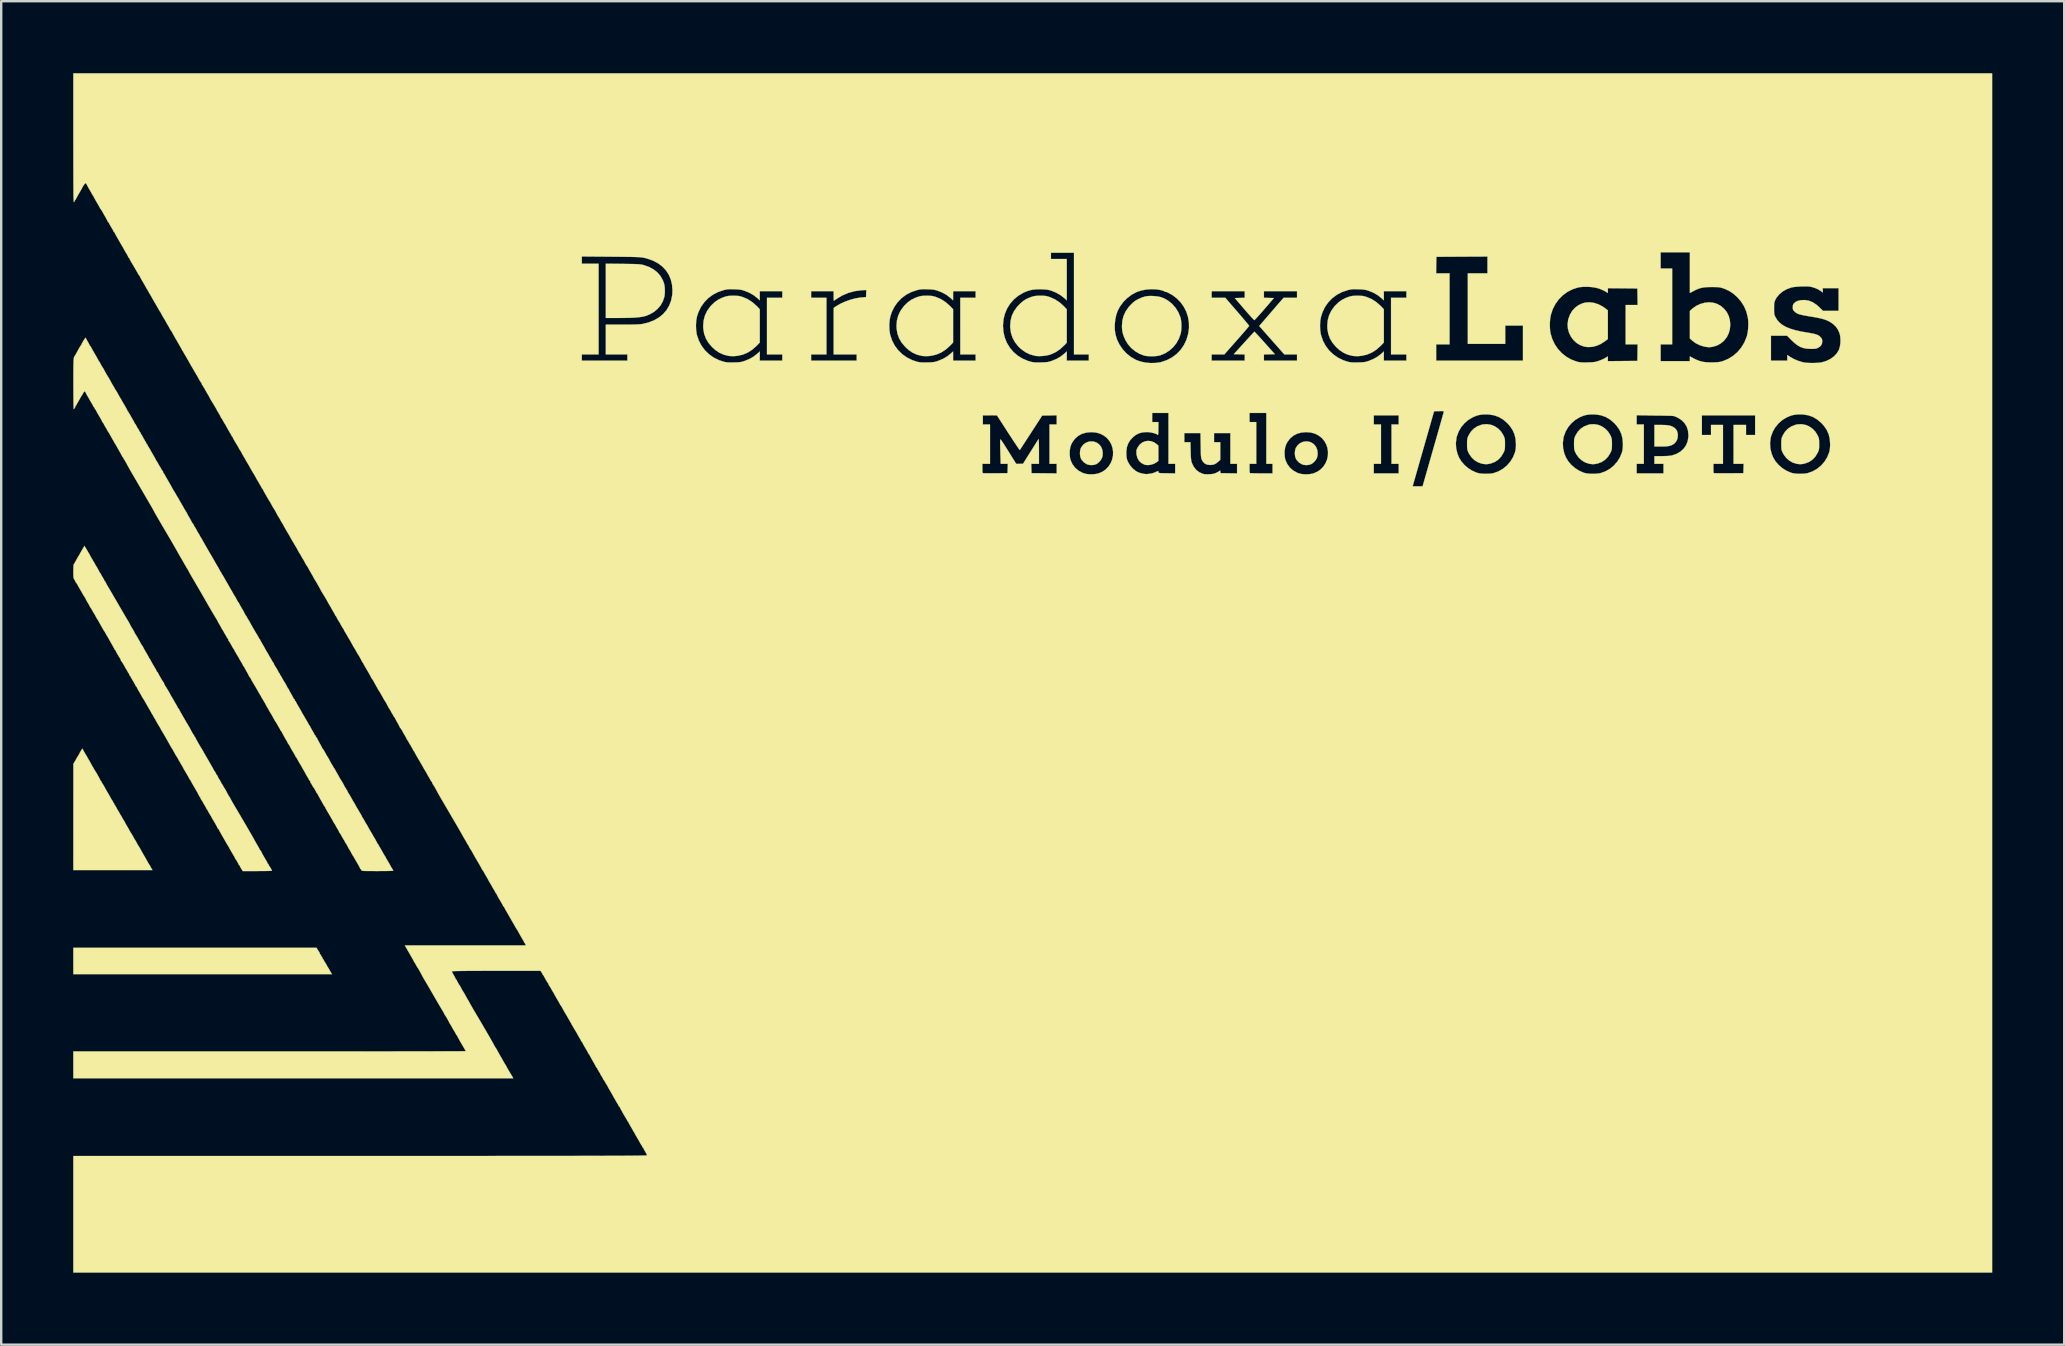
<source format=kicad_pcb>
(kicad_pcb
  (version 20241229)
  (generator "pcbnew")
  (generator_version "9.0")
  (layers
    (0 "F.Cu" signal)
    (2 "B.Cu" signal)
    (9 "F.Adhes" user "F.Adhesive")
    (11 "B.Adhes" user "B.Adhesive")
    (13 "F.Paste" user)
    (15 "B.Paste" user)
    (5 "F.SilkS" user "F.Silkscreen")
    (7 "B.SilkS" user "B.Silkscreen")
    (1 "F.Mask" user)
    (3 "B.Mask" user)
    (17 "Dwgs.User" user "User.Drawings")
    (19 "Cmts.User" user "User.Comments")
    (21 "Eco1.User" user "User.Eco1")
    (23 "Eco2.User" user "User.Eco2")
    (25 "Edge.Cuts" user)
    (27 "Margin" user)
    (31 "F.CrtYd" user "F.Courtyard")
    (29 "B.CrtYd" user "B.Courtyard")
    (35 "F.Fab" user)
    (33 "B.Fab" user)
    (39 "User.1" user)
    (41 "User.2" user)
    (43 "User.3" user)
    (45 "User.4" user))
  (footprint "logo modulo opto"
    (layer "F.Cu")
    (at 39.974 24.985)
    (property "Reference" "logo modulo opto" (at 0 0 0) (layer "F.SilkS") (effects (font (size 1.524 1.524) (thickness 0.3))))
    (attr through_hole)
    (fp_poly (pts (xy 26.327 -10.329) (xy 26.446 -10.32) (xy 26.541 -10.304) (xy 26.622 -10.277) (xy 26.695 -10.24) (xy 26.721 -10.223) (xy 26.805 -10.145) (xy 26.858 -10.042) (xy 26.878 -9.917) (xy 26.878 -9.898) (xy 26.861 -9.762) (xy 26.81 -9.648) (xy 26.727 -9.555) (xy 26.662 -9.51) (xy 26.59 -9.476) (xy 26.504 -9.453) (xy 26.397 -9.439) (xy 26.261 -9.433) (xy 26.176 -9.433) (xy 25.9 -9.433) (xy 25.9 -10.332) (xy 26.176 -10.332) (xy 26.327 -10.329)) (stroke (width 0.01) (type solid)) (fill yes) (layer "F.SilkS"))
    (fp_poly (pts (xy 4.928 -9.656) (xy 5.054 -9.608) (xy 5.162 -9.533) (xy 5.236 -9.468) (xy 5.236 -8.835) (xy 5.17 -8.785) (xy 5.061 -8.72) (xy 4.939 -8.678) (xy 4.814 -8.659) (xy 4.699 -8.667) (xy 4.651 -8.68) (xy 4.525 -8.747) (xy 4.427 -8.84) (xy 4.36 -8.959) (xy 4.325 -9.1) (xy 4.322 -9.14) (xy 4.319 -9.221) (xy 4.324 -9.279) (xy 4.341 -9.332) (xy 4.37 -9.392) (xy 4.452 -9.508) (xy 4.554 -9.594) (xy 4.672 -9.647) (xy 4.798 -9.668) (xy 4.928 -9.656)) (stroke (width 0.01) (type solid)) (fill yes) (layer "F.SilkS"))
    (fp_poly (pts (xy 23.378 -15.419) (xy 23.559 -15.361) (xy 23.734 -15.272) (xy 23.841 -15.198) (xy 23.961 -15.106) (xy 23.961 -13.911) (xy 23.841 -13.819) (xy 23.669 -13.707) (xy 23.489 -13.628) (xy 23.305 -13.584) (xy 23.124 -13.575) (xy 22.972 -13.598) (xy 22.803 -13.659) (xy 22.652 -13.752) (xy 22.524 -13.873) (xy 22.42 -14.015) (xy 22.343 -14.174) (xy 22.296 -14.346) (xy 22.283 -14.525) (xy 22.306 -14.707) (xy 22.312 -14.734) (xy 22.379 -14.92) (xy 22.475 -15.082) (xy 22.597 -15.218) (xy 22.743 -15.325) (xy 22.908 -15.4) (xy 23.026 -15.43) (xy 23.199 -15.442) (xy 23.378 -15.419)) (stroke (width 0.01) (type solid)) (fill yes) (layer "F.SilkS"))
    (fp_poly (pts (xy 2.541 -9.639) (xy 2.656 -9.6) (xy 2.759 -9.53) (xy 2.844 -9.429) (xy 2.847 -9.424) (xy 2.894 -9.315) (xy 2.917 -9.188) (xy 2.913 -9.06) (xy 2.889 -8.964) (xy 2.838 -8.871) (xy 2.762 -8.782) (xy 2.675 -8.713) (xy 2.653 -8.701) (xy 2.558 -8.669) (xy 2.446 -8.658) (xy 2.335 -8.669) (xy 2.258 -8.694) (xy 2.136 -8.77) (xy 2.043 -8.871) (xy 2.012 -8.923) (xy 1.981 -9.014) (xy 1.967 -9.125) (xy 1.972 -9.239) (xy 1.995 -9.343) (xy 2.013 -9.385) (xy 2.091 -9.494) (xy 2.189 -9.575) (xy 2.301 -9.626) (xy 2.42 -9.647) (xy 2.541 -9.639)) (stroke (width 0.01) (type solid)) (fill yes) (layer "F.SilkS"))
    (fp_poly (pts (xy 11.494 -9.639) (xy 11.608 -9.6) (xy 11.712 -9.53) (xy 11.797 -9.429) (xy 11.8 -9.424) (xy 11.847 -9.315) (xy 11.87 -9.188) (xy 11.866 -9.06) (xy 11.842 -8.964) (xy 11.791 -8.871) (xy 11.715 -8.782) (xy 11.628 -8.713) (xy 11.606 -8.701) (xy 11.511 -8.669) (xy 11.399 -8.658) (xy 11.288 -8.669) (xy 11.211 -8.694) (xy 11.089 -8.77) (xy 10.996 -8.871) (xy 10.965 -8.923) (xy 10.934 -9.014) (xy 10.92 -9.125) (xy 10.925 -9.239) (xy 10.948 -9.343) (xy 10.966 -9.385) (xy 11.044 -9.494) (xy 11.142 -9.575) (xy 11.254 -9.626) (xy 11.373 -9.647) (xy 11.494 -9.639)) (stroke (width 0.01) (type solid)) (fill yes) (layer "F.SilkS"))
    (fp_poly (pts (xy 28.358 -15.422) (xy 28.529 -15.367) (xy 28.685 -15.277) (xy 28.821 -15.153) (xy 28.919 -15.026) (xy 28.998 -14.867) (xy 29.045 -14.692) (xy 29.06 -14.508) (xy 29.044 -14.324) (xy 28.995 -14.148) (xy 28.915 -13.986) (xy 28.915 -13.986) (xy 28.802 -13.843) (xy 28.663 -13.727) (xy 28.506 -13.64) (xy 28.338 -13.589) (xy 28.232 -13.574) (xy 28.134 -13.573) (xy 28.025 -13.587) (xy 27.958 -13.601) (xy 27.785 -13.655) (xy 27.621 -13.737) (xy 27.48 -13.841) (xy 27.378 -13.933) (xy 27.378 -15.084) (xy 27.48 -15.176) (xy 27.633 -15.287) (xy 27.811 -15.371) (xy 27.988 -15.421) (xy 28.177 -15.441) (xy 28.358 -15.422)) (stroke (width 0.01) (type solid)) (fill yes) (layer "F.SilkS"))
    (fp_poly (pts (xy -17.072 -17.042) (xy -16.881 -17.039) (xy -16.725 -17.037) (xy -16.599 -17.034) (xy -16.499 -17.031) (xy -16.42 -17.026) (xy -16.357 -17.021) (xy -16.305 -17.014) (xy -16.26 -17.005) (xy -16.216 -16.995) (xy -16.2 -16.99) (xy -15.982 -16.913) (xy -15.793 -16.81) (xy -15.632 -16.681) (xy -15.503 -16.529) (xy -15.406 -16.353) (xy -15.358 -16.22) (xy -15.336 -16.112) (xy -15.326 -15.981) (xy -15.326 -15.844) (xy -15.338 -15.718) (xy -15.348 -15.663) (xy -15.411 -15.478) (xy -15.508 -15.308) (xy -15.637 -15.159) (xy -15.794 -15.031) (xy -15.976 -14.93) (xy -16.133 -14.87) (xy -16.225 -14.847) (xy -16.333 -14.828) (xy -16.461 -14.813) (xy -16.614 -14.801) (xy -16.794 -14.794) (xy -17.006 -14.79) (xy -17.241 -14.788) (xy -17.786 -14.788) (xy -17.786 -17.05) (xy -17.072 -17.042)) (stroke (width 0.01) (type solid)) (fill yes) (layer "F.SilkS"))
    (fp_poly (pts (xy -29.804 11.506) (xy -29.767 11.565) (xy -29.734 11.615) (xy -29.708 11.662) (xy -29.697 11.7) (xy -29.697 11.7) (xy -29.686 11.727) (xy -29.677 11.731) (xy -29.658 11.748) (xy -29.645 11.781) (xy -29.629 11.818) (xy -29.615 11.831) (xy -29.598 11.847) (xy -29.597 11.859) (xy -29.584 11.898) (xy -29.572 11.914) (xy -29.545 11.95) (xy -29.517 12) (xy -29.517 12.001) (xy -29.493 12.044) (xy -29.475 12.07) (xy -29.475 12.07) (xy -29.459 12.093) (xy -29.433 12.139) (xy -29.417 12.17) (xy -29.388 12.224) (xy -29.366 12.261) (xy -29.359 12.27) (xy -29.343 12.293) (xy -29.318 12.337) (xy -29.311 12.35) (xy -29.275 12.417) (xy -29.236 12.483) (xy -29.235 12.485) (xy -29.193 12.55) (xy -39.969 12.55) (xy -39.969 11.451) (xy -29.837 11.451) (xy -29.804 11.506)) (stroke (width 0.01) (type solid)) (fill yes) (layer "F.SilkS"))
    (fp_poly (pts (xy -12.361 -15.713) (xy -12.277 -15.708) (xy -12.206 -15.697) (xy -12.134 -15.677) (xy -12.072 -15.657) (xy -11.87 -15.569) (xy -11.678 -15.445) (xy -11.505 -15.292) (xy -11.496 -15.283) (xy -11.371 -15.152) (xy -11.371 -13.766) (xy -11.496 -13.635) (xy -11.673 -13.475) (xy -11.866 -13.351) (xy -12.072 -13.262) (xy -12.289 -13.212) (xy -12.405 -13.2) (xy -12.5 -13.198) (xy -12.593 -13.201) (xy -12.668 -13.208) (xy -12.68 -13.21) (xy -12.876 -13.26) (xy -13.054 -13.34) (xy -13.22 -13.451) (xy -13.36 -13.578) (xy -13.507 -13.75) (xy -13.616 -13.932) (xy -13.688 -14.128) (xy -13.724 -14.34) (xy -13.729 -14.46) (xy -13.711 -14.683) (xy -13.655 -14.892) (xy -13.562 -15.087) (xy -13.431 -15.268) (xy -13.382 -15.323) (xy -13.247 -15.45) (xy -13.108 -15.548) (xy -12.952 -15.625) (xy -12.86 -15.66) (xy -12.781 -15.685) (xy -12.712 -15.701) (xy -12.639 -15.71) (xy -12.55 -15.714) (xy -12.47 -15.715) (xy -12.361 -15.713)) (stroke (width 0.01) (type solid)) (fill yes) (layer "F.SilkS"))
    (fp_poly (pts (xy -4.307 -15.713) (xy -4.224 -15.708) (xy -4.153 -15.697) (xy -4.08 -15.677) (xy -4.019 -15.657) (xy -3.816 -15.569) (xy -3.625 -15.445) (xy -3.452 -15.292) (xy -3.442 -15.283) (xy -3.317 -15.152) (xy -3.317 -13.766) (xy -3.442 -13.635) (xy -3.619 -13.475) (xy -3.812 -13.351) (xy -4.019 -13.262) (xy -4.235 -13.212) (xy -4.352 -13.2) (xy -4.446 -13.198) (xy -4.539 -13.201) (xy -4.614 -13.208) (xy -4.626 -13.21) (xy -4.823 -13.26) (xy -5 -13.34) (xy -5.166 -13.451) (xy -5.306 -13.578) (xy -5.453 -13.75) (xy -5.562 -13.932) (xy -5.634 -14.128) (xy -5.67 -14.34) (xy -5.675 -14.46) (xy -5.657 -14.683) (xy -5.601 -14.892) (xy -5.508 -15.087) (xy -5.377 -15.268) (xy -5.328 -15.323) (xy -5.193 -15.45) (xy -5.055 -15.548) (xy -4.899 -15.625) (xy -4.806 -15.66) (xy -4.727 -15.685) (xy -4.658 -15.701) (xy -4.586 -15.71) (xy -4.496 -15.714) (xy -4.417 -15.715) (xy -4.307 -15.713)) (stroke (width 0.01) (type solid)) (fill yes) (layer "F.SilkS"))
    (fp_poly (pts (xy 0.427 -15.714) (xy 0.508 -15.709) (xy 0.576 -15.699) (xy 0.645 -15.68) (xy 0.722 -15.655) (xy 0.933 -15.56) (xy 1.129 -15.43) (xy 1.297 -15.277) (xy 1.419 -15.147) (xy 1.419 -13.759) (xy 1.324 -13.658) (xy 1.148 -13.495) (xy 0.964 -13.368) (xy 0.765 -13.276) (xy 0.691 -13.251) (xy 0.569 -13.223) (xy 0.428 -13.205) (xy 0.285 -13.198) (xy 0.156 -13.203) (xy 0.106 -13.21) (xy -0.108 -13.269) (xy -0.306 -13.363) (xy -0.488 -13.495) (xy -0.6 -13.601) (xy -0.74 -13.778) (xy -0.843 -13.97) (xy -0.909 -14.177) (xy -0.938 -14.397) (xy -0.939 -14.457) (xy -0.921 -14.679) (xy -0.869 -14.883) (xy -0.779 -15.072) (xy -0.653 -15.249) (xy -0.57 -15.339) (xy -0.459 -15.445) (xy -0.355 -15.524) (xy -0.246 -15.587) (xy -0.118 -15.642) (xy -0.06 -15.663) (xy 0.016 -15.687) (xy 0.085 -15.702) (xy 0.16 -15.711) (xy 0.254 -15.715) (xy 0.32 -15.715) (xy 0.427 -15.714)) (stroke (width 0.01) (type solid)) (fill yes) (layer "F.SilkS"))
    (fp_poly (pts (xy 13.639 -15.713) (xy 13.722 -15.708) (xy 13.793 -15.697) (xy 13.866 -15.677) (xy 13.927 -15.657) (xy 14.13 -15.569) (xy 14.321 -15.445) (xy 14.494 -15.292) (xy 14.504 -15.283) (xy 14.628 -15.152) (xy 14.628 -13.766) (xy 14.504 -13.635) (xy 14.327 -13.475) (xy 14.134 -13.351) (xy 13.927 -13.262) (xy 13.71 -13.212) (xy 13.594 -13.2) (xy 13.5 -13.198) (xy 13.406 -13.201) (xy 13.332 -13.208) (xy 13.32 -13.21) (xy 13.123 -13.26) (xy 12.946 -13.34) (xy 12.78 -13.451) (xy 12.64 -13.578) (xy 12.493 -13.75) (xy 12.384 -13.932) (xy 12.312 -14.128) (xy 12.276 -14.34) (xy 12.271 -14.46) (xy 12.289 -14.683) (xy 12.345 -14.892) (xy 12.438 -15.087) (xy 12.568 -15.268) (xy 12.618 -15.323) (xy 12.753 -15.45) (xy 12.891 -15.548) (xy 13.047 -15.625) (xy 13.14 -15.66) (xy 13.219 -15.685) (xy 13.288 -15.701) (xy 13.36 -15.71) (xy 13.45 -15.714) (xy 13.529 -15.715) (xy 13.639 -15.713)) (stroke (width 0.01) (type solid)) (fill yes) (layer "F.SilkS"))
    (fp_poly (pts (xy 19.102 -10.335) (xy 19.255 -10.272) (xy 19.394 -10.178) (xy 19.512 -10.056) (xy 19.605 -9.908) (xy 19.611 -9.897) (xy 19.639 -9.836) (xy 19.657 -9.785) (xy 19.668 -9.733) (xy 19.673 -9.669) (xy 19.674 -9.581) (xy 19.675 -9.532) (xy 19.674 -9.431) (xy 19.67 -9.358) (xy 19.662 -9.302) (xy 19.648 -9.253) (xy 19.625 -9.199) (xy 19.612 -9.173) (xy 19.516 -9.013) (xy 19.396 -8.886) (xy 19.252 -8.79) (xy 19.084 -8.726) (xy 19.076 -8.724) (xy 18.959 -8.701) (xy 18.85 -8.698) (xy 18.729 -8.714) (xy 18.726 -8.715) (xy 18.57 -8.765) (xy 18.424 -8.85) (xy 18.297 -8.964) (xy 18.195 -9.102) (xy 18.16 -9.168) (xy 18.132 -9.229) (xy 18.113 -9.28) (xy 18.103 -9.332) (xy 18.097 -9.396) (xy 18.096 -9.484) (xy 18.096 -9.532) (xy 18.096 -9.634) (xy 18.1 -9.707) (xy 18.108 -9.763) (xy 18.123 -9.813) (xy 18.146 -9.868) (xy 18.16 -9.897) (xy 18.254 -10.051) (xy 18.376 -10.178) (xy 18.522 -10.274) (xy 18.69 -10.338) (xy 18.772 -10.356) (xy 18.939 -10.364) (xy 19.102 -10.335)) (stroke (width 0.01) (type solid)) (fill yes) (layer "F.SilkS"))
    (fp_poly (pts (xy 23.558 -10.335) (xy 23.712 -10.272) (xy 23.85 -10.178) (xy 23.969 -10.056) (xy 24.062 -9.908) (xy 24.067 -9.897) (xy 24.095 -9.836) (xy 24.113 -9.785) (xy 24.124 -9.733) (xy 24.129 -9.669) (xy 24.131 -9.581) (xy 24.131 -9.532) (xy 24.13 -9.431) (xy 24.127 -9.358) (xy 24.119 -9.302) (xy 24.104 -9.253) (xy 24.081 -9.199) (xy 24.069 -9.173) (xy 23.972 -9.013) (xy 23.852 -8.886) (xy 23.709 -8.79) (xy 23.54 -8.726) (xy 23.532 -8.724) (xy 23.415 -8.701) (xy 23.307 -8.698) (xy 23.186 -8.714) (xy 23.183 -8.715) (xy 23.026 -8.765) (xy 22.881 -8.85) (xy 22.754 -8.964) (xy 22.651 -9.102) (xy 22.616 -9.168) (xy 22.588 -9.229) (xy 22.57 -9.28) (xy 22.559 -9.332) (xy 22.554 -9.396) (xy 22.552 -9.484) (xy 22.552 -9.532) (xy 22.553 -9.634) (xy 22.556 -9.707) (xy 22.564 -9.763) (xy 22.579 -9.813) (xy 22.603 -9.868) (xy 22.616 -9.897) (xy 22.71 -10.051) (xy 22.832 -10.178) (xy 22.979 -10.274) (xy 23.146 -10.338) (xy 23.228 -10.356) (xy 23.395 -10.364) (xy 23.558 -10.335)) (stroke (width 0.01) (type solid)) (fill yes) (layer "F.SilkS"))
    (fp_poly (pts (xy 32.191 -10.335) (xy 32.345 -10.272) (xy 32.483 -10.178) (xy 32.602 -10.056) (xy 32.695 -9.908) (xy 32.7 -9.897) (xy 32.728 -9.836) (xy 32.747 -9.785) (xy 32.757 -9.733) (xy 32.762 -9.669) (xy 32.764 -9.581) (xy 32.764 -9.532) (xy 32.764 -9.431) (xy 32.76 -9.358) (xy 32.752 -9.302) (xy 32.737 -9.253) (xy 32.714 -9.199) (xy 32.702 -9.173) (xy 32.605 -9.013) (xy 32.486 -8.886) (xy 32.342 -8.79) (xy 32.173 -8.726) (xy 32.165 -8.724) (xy 32.048 -8.701) (xy 31.94 -8.698) (xy 31.819 -8.714) (xy 31.816 -8.715) (xy 31.659 -8.765) (xy 31.514 -8.85) (xy 31.387 -8.964) (xy 31.285 -9.102) (xy 31.249 -9.168) (xy 31.221 -9.229) (xy 31.203 -9.28) (xy 31.192 -9.332) (xy 31.187 -9.396) (xy 31.186 -9.484) (xy 31.185 -9.532) (xy 31.186 -9.634) (xy 31.19 -9.707) (xy 31.198 -9.763) (xy 31.212 -9.813) (xy 31.236 -9.868) (xy 31.249 -9.897) (xy 31.343 -10.051) (xy 31.465 -10.178) (xy 31.612 -10.274) (xy 31.779 -10.338) (xy 31.861 -10.356) (xy 32.028 -10.364) (xy 32.191 -10.335)) (stroke (width 0.01) (type solid)) (fill yes) (layer "F.SilkS"))
    (fp_poly (pts (xy 5.029 -15.702) (xy 5.196 -15.687) (xy 5.339 -15.657) (xy 5.471 -15.606) (xy 5.605 -15.532) (xy 5.649 -15.503) (xy 5.812 -15.371) (xy 5.953 -15.209) (xy 6.067 -15.026) (xy 6.148 -14.828) (xy 6.165 -14.77) (xy 6.185 -14.656) (xy 6.195 -14.519) (xy 6.194 -14.376) (xy 6.184 -14.24) (xy 6.165 -14.139) (xy 6.093 -13.931) (xy 5.987 -13.741) (xy 5.853 -13.573) (xy 5.694 -13.43) (xy 5.513 -13.315) (xy 5.315 -13.234) (xy 5.266 -13.22) (xy 5.17 -13.204) (xy 5.05 -13.194) (xy 4.921 -13.192) (xy 4.795 -13.198) (xy 4.689 -13.211) (xy 4.647 -13.22) (xy 4.452 -13.294) (xy 4.269 -13.401) (xy 4.104 -13.537) (xy 3.965 -13.697) (xy 3.86 -13.87) (xy 3.791 -14.028) (xy 3.746 -14.172) (xy 3.723 -14.317) (xy 3.717 -14.448) (xy 3.734 -14.671) (xy 3.785 -14.875) (xy 3.872 -15.063) (xy 3.995 -15.24) (xy 4.086 -15.34) (xy 4.173 -15.424) (xy 4.247 -15.485) (xy 4.322 -15.535) (xy 4.412 -15.581) (xy 4.417 -15.583) (xy 4.549 -15.641) (xy 4.666 -15.679) (xy 4.784 -15.7) (xy 4.914 -15.706) (xy 5.029 -15.702)) (stroke (width 0.01) (type solid)) (fill yes) (layer "F.SilkS"))
    (fp_poly (pts (xy -39.557 3.219) (xy -39.526 3.276) (xy -39.498 3.323) (xy -39.495 3.327) (xy -39.469 3.373) (xy -39.456 3.397) (xy -39.437 3.429) (xy -39.43 3.437) (xy -39.413 3.461) (xy -39.394 3.497) (xy -39.368 3.546) (xy -39.333 3.607) (xy -39.32 3.627) (xy -39.279 3.697) (xy -39.237 3.775) (xy -39.225 3.797) (xy -39.197 3.851) (xy -39.176 3.888) (xy -39.169 3.897) (xy -39.155 3.919) (xy -39.129 3.964) (xy -39.111 3.997) (xy -39.081 4.05) (xy -39.057 4.087) (xy -39.05 4.097) (xy -39.035 4.119) (xy -39.006 4.167) (xy -38.969 4.232) (xy -38.929 4.305) (xy -38.889 4.377) (xy -38.857 4.44) (xy -38.835 4.484) (xy -38.829 4.5) (xy -38.814 4.516) (xy -38.809 4.516) (xy -38.791 4.533) (xy -38.789 4.545) (xy -38.777 4.584) (xy -38.764 4.601) (xy -38.734 4.641) (xy -38.718 4.667) (xy -38.697 4.705) (xy -38.664 4.764) (xy -38.63 4.826) (xy -38.595 4.89) (xy -38.566 4.94) (xy -38.55 4.966) (xy -38.53 4.998) (xy -38.494 5.059) (xy -38.447 5.145) (xy -38.397 5.235) (xy -38.366 5.287) (xy -38.339 5.327) (xy -38.335 5.331) (xy -38.313 5.369) (xy -38.31 5.387) (xy -38.299 5.413) (xy -38.29 5.416) (xy -38.272 5.432) (xy -38.27 5.444) (xy -38.257 5.483) (xy -38.245 5.499) (xy -38.22 5.534) (xy -38.19 5.586) (xy -38.185 5.596) (xy -38.151 5.658) (xy -38.11 5.728) (xy -38.099 5.745) (xy -38.063 5.806) (xy -38.032 5.861) (xy -38.025 5.875) (xy -38.003 5.916) (xy -37.988 5.935) (xy -37.972 5.958) (xy -37.947 6.004) (xy -37.93 6.035) (xy -37.902 6.089) (xy -37.879 6.126) (xy -37.872 6.135) (xy -37.856 6.158) (xy -37.831 6.203) (xy -37.82 6.225) (xy -37.787 6.288) (xy -37.755 6.344) (xy -37.748 6.355) (xy -37.723 6.397) (xy -37.686 6.461) (xy -37.645 6.534) (xy -37.64 6.545) (xy -37.603 6.612) (xy -37.572 6.664) (xy -37.554 6.692) (xy -37.552 6.695) (xy -37.535 6.718) (xy -37.503 6.773) (xy -37.454 6.862) (xy -37.442 6.885) (xy -37.421 6.92) (xy -37.411 6.935) (xy -37.402 6.947) (xy -37.385 6.976) (xy -37.356 7.027) (xy -37.314 7.105) (xy -37.282 7.164) (xy -37.26 7.2) (xy -37.248 7.214) (xy -37.233 7.236) (xy -37.206 7.283) (xy -37.172 7.344) (xy -37.125 7.43) (xy -37.071 7.525) (xy -37.037 7.584) (xy -36.966 7.705) (xy -36.898 7.827) (xy -36.839 7.934) (xy -36.811 7.98) (xy -36.79 8.008) (xy -36.786 8.01) (xy -36.771 8.033) (xy -36.771 8.036) (xy -36.761 8.063) (xy -36.736 8.109) (xy -36.721 8.134) (xy -36.671 8.214) (xy -39.969 8.214) (xy -39.968 6) (xy -39.967 3.787) (xy -39.918 3.707) (xy -39.878 3.64) (xy -39.841 3.572) (xy -39.834 3.557) (xy -39.808 3.511) (xy -39.787 3.483) (xy -39.784 3.481) (xy -39.77 3.458) (xy -39.769 3.446) (xy -39.757 3.42) (xy -39.749 3.417) (xy -39.73 3.401) (xy -39.729 3.391) (xy -39.719 3.362) (xy -39.692 3.311) (xy -39.661 3.258) (xy -39.593 3.151) (xy -39.557 3.219)) (stroke (width 0.01) (type solid)) (fill yes) (layer "F.SilkS"))
    (fp_poly (pts (xy -39.49 -5.287) (xy -39.489 -5.276) (xy -39.477 -5.239) (xy -39.462 -5.217) (xy -39.437 -5.182) (xy -39.404 -5.126) (xy -39.387 -5.096) (xy -39.358 -5.043) (xy -39.335 -5.005) (xy -39.329 -4.996) (xy -39.313 -4.972) (xy -39.294 -4.936) (xy -39.263 -4.876) (xy -39.218 -4.794) (xy -39.165 -4.704) (xy -39.113 -4.618) (xy -39.102 -4.601) (xy -39.071 -4.548) (xy -39.052 -4.509) (xy -39.049 -4.499) (xy -39.036 -4.474) (xy -39.034 -4.473) (xy -39.018 -4.453) (xy -38.989 -4.407) (xy -38.954 -4.345) (xy -38.917 -4.276) (xy -38.884 -4.209) (xy -38.88 -4.202) (xy -38.859 -4.168) (xy -38.844 -4.157) (xy -38.83 -4.141) (xy -38.829 -4.136) (xy -38.819 -4.109) (xy -38.793 -4.06) (xy -38.762 -4.009) (xy -38.724 -3.946) (xy -38.693 -3.89) (xy -38.681 -3.86) (xy -38.663 -3.826) (xy -38.648 -3.817) (xy -38.631 -3.801) (xy -38.63 -3.792) (xy -38.62 -3.765) (xy -38.593 -3.713) (xy -38.555 -3.644) (xy -38.527 -3.597) (xy -38.49 -3.535) (xy -38.436 -3.444) (xy -38.37 -3.331) (xy -38.296 -3.203) (xy -38.216 -3.066) (xy -38.135 -2.927) (xy -38.13 -2.918) (xy -38.048 -2.777) (xy -37.967 -2.637) (xy -37.89 -2.506) (xy -37.822 -2.389) (xy -37.765 -2.293) (xy -37.724 -2.225) (xy -37.723 -2.223) (xy -37.677 -2.146) (xy -37.64 -2.082) (xy -37.617 -2.038) (xy -37.61 -2.022) (xy -37.6 -2) (xy -37.574 -1.952) (xy -37.536 -1.888) (xy -37.52 -1.863) (xy -37.48 -1.795) (xy -37.448 -1.741) (xy -37.432 -1.708) (xy -37.431 -1.703) (xy -37.42 -1.678) (xy -37.395 -1.635) (xy -37.384 -1.618) (xy -37.333 -1.538) (xy -37.269 -1.428) (xy -37.19 -1.286) (xy -37.165 -1.239) (xy -37.131 -1.18) (xy -37.103 -1.138) (xy -37.088 -1.122) (xy -37.071 -1.1) (xy -37.071 -1.096) (xy -37.061 -1.072) (xy -37.035 -1.022) (xy -36.996 -0.951) (xy -36.947 -0.867) (xy -36.941 -0.856) (xy -36.892 -0.772) (xy -36.851 -0.7) (xy -36.823 -0.647) (xy -36.811 -0.621) (xy -36.811 -0.62) (xy -36.797 -0.596) (xy -36.796 -0.596) (xy -36.778 -0.576) (xy -36.753 -0.533) (xy -36.746 -0.52) (xy -36.712 -0.455) (xy -36.677 -0.393) (xy -36.676 -0.39) (xy -36.647 -0.342) (xy -36.607 -0.274) (xy -36.566 -0.204) (xy -36.529 -0.14) (xy -36.503 -0.089) (xy -36.491 -0.06) (xy -36.491 -0.059) (xy -36.476 -0.041) (xy -36.471 -0.04) (xy -36.452 -0.027) (xy -36.451 -0.023) (xy -36.442 0.002) (xy -36.416 0.052) (xy -36.38 0.118) (xy -36.338 0.192) (xy -36.295 0.265) (xy -36.255 0.33) (xy -36.225 0.376) (xy -36.208 0.396) (xy -36.208 0.396) (xy -36.193 0.419) (xy -36.192 0.432) (xy -36.181 0.468) (xy -36.155 0.515) (xy -36.155 0.515) (xy -36.126 0.56) (xy -36.087 0.622) (xy -36.044 0.692) (xy -36.002 0.763) (xy -35.966 0.825) (xy -35.941 0.87) (xy -35.932 0.889) (xy -35.922 0.91) (xy -35.896 0.955) (xy -35.86 1.016) (xy -35.852 1.029) (xy -35.814 1.092) (xy -35.786 1.141) (xy -35.772 1.166) (xy -35.772 1.167) (xy -35.762 1.187) (xy -35.737 1.231) (xy -35.7 1.293) (xy -35.692 1.307) (xy -35.654 1.372) (xy -35.625 1.425) (xy -35.612 1.456) (xy -35.612 1.458) (xy -35.597 1.478) (xy -35.592 1.479) (xy -35.573 1.494) (xy -35.572 1.499) (xy -35.562 1.523) (xy -35.536 1.574) (xy -35.496 1.646) (xy -35.447 1.733) (xy -35.429 1.764) (xy -35.374 1.858) (xy -35.324 1.944) (xy -35.284 2.015) (xy -35.258 2.061) (xy -35.254 2.068) (xy -35.228 2.111) (xy -35.208 2.134) (xy -35.207 2.135) (xy -35.193 2.158) (xy -35.192 2.168) (xy -35.183 2.197) (xy -35.177 2.202) (xy -35.16 2.222) (xy -35.133 2.266) (xy -35.116 2.298) (xy -35.056 2.413) (xy -35.011 2.495) (xy -34.978 2.548) (xy -34.957 2.574) (xy -34.936 2.612) (xy -34.932 2.629) (xy -34.921 2.655) (xy -34.913 2.658) (xy -34.893 2.672) (xy -34.893 2.676) (xy -34.883 2.701) (xy -34.859 2.75) (xy -34.824 2.814) (xy -34.82 2.821) (xy -34.777 2.896) (xy -34.737 2.968) (xy -34.708 3.018) (xy -34.679 3.067) (xy -34.657 3.103) (xy -34.653 3.108) (xy -34.636 3.135) (xy -34.606 3.185) (xy -34.582 3.227) (xy -34.521 3.335) (xy -34.459 3.443) (xy -34.404 3.538) (xy -34.375 3.587) (xy -34.343 3.642) (xy -34.305 3.709) (xy -34.289 3.737) (xy -34.249 3.807) (xy -34.202 3.889) (xy -34.176 3.933) (xy -34.143 3.992) (xy -34.12 4.038) (xy -34.113 4.058) (xy -34.101 4.076) (xy -34.098 4.077) (xy -34.082 4.093) (xy -34.056 4.136) (xy -34.035 4.177) (xy -34.006 4.232) (xy -33.982 4.268) (xy -33.97 4.277) (xy -33.955 4.293) (xy -33.953 4.306) (xy -33.943 4.339) (xy -33.916 4.389) (xy -33.902 4.41) (xy -33.861 4.476) (xy -33.825 4.543) (xy -33.818 4.556) (xy -33.794 4.604) (xy -33.775 4.634) (xy -33.772 4.636) (xy -33.755 4.659) (xy -33.73 4.703) (xy -33.723 4.716) (xy -33.698 4.764) (xy -33.679 4.793) (xy -33.676 4.796) (xy -33.663 4.813) (xy -33.639 4.852) (xy -33.604 4.917) (xy -33.553 5.013) (xy -33.536 5.046) (xy -33.505 5.103) (xy -33.48 5.144) (xy -33.47 5.157) (xy -33.452 5.181) (xy -33.43 5.225) (xy -33.429 5.227) (xy -33.411 5.262) (xy -33.376 5.325) (xy -33.328 5.41) (xy -33.27 5.509) (xy -33.206 5.618) (xy -33.201 5.626) (xy -33.104 5.789) (xy -33.005 5.958) (xy -32.905 6.128) (xy -32.808 6.293) (xy -32.717 6.45) (xy -32.634 6.593) (xy -32.561 6.719) (xy -32.502 6.821) (xy -32.46 6.897) (xy -32.445 6.925) (xy -32.403 7) (xy -32.351 7.093) (xy -32.297 7.184) (xy -32.288 7.201) (xy -32.247 7.272) (xy -32.215 7.331) (xy -32.197 7.368) (xy -32.195 7.376) (xy -32.18 7.394) (xy -32.177 7.394) (xy -32.157 7.411) (xy -32.137 7.449) (xy -32.123 7.482) (xy -32.104 7.522) (xy -32.075 7.575) (xy -32.033 7.648) (xy -31.975 7.746) (xy -31.949 7.79) (xy -31.913 7.854) (xy -31.886 7.905) (xy -31.875 7.934) (xy -31.875 7.935) (xy -31.86 7.953) (xy -31.855 7.954) (xy -31.837 7.97) (xy -31.835 7.982) (xy -31.822 8.021) (xy -31.81 8.037) (xy -31.787 8.068) (xy -31.757 8.118) (xy -31.726 8.172) (xy -31.703 8.218) (xy -31.695 8.241) (xy -31.714 8.244) (xy -31.769 8.247) (xy -31.853 8.249) (xy -31.963 8.251) (xy -32.094 8.253) (xy -32.24 8.253) (xy -32.302 8.254) (xy -32.91 8.254) (xy -32.972 8.157) (xy -33.006 8.1) (xy -33.028 8.055) (xy -33.034 8.037) (xy -33.044 8.015) (xy -33.049 8.014) (xy -33.068 7.998) (xy -33.086 7.969) (xy -33.122 7.898) (xy -33.156 7.835) (xy -33.184 7.79) (xy -33.198 7.773) (xy -33.215 7.749) (xy -33.233 7.714) (xy -33.258 7.663) (xy -33.291 7.604) (xy -33.297 7.594) (xy -33.352 7.502) (xy -33.404 7.412) (xy -33.448 7.334) (xy -33.477 7.278) (xy -33.479 7.274) (xy -33.5 7.234) (xy -33.514 7.214) (xy -33.53 7.192) (xy -33.558 7.147) (xy -33.577 7.114) (xy -33.606 7.063) (xy -33.649 6.987) (xy -33.702 6.896) (xy -33.758 6.798) (xy -33.77 6.776) (xy -33.821 6.687) (xy -33.864 6.609) (xy -33.896 6.55) (xy -33.912 6.516) (xy -33.913 6.512) (xy -33.928 6.495) (xy -33.931 6.495) (xy -33.951 6.479) (xy -33.96 6.46) (xy -33.978 6.42) (xy -34.013 6.353) (xy -34.062 6.266) (xy -34.122 6.165) (xy -34.155 6.11) (xy -34.187 6.056) (xy -34.208 6.018) (xy -34.213 6.006) (xy -34.223 5.986) (xy -34.249 5.941) (xy -34.286 5.881) (xy -34.293 5.871) (xy -34.332 5.807) (xy -34.36 5.754) (xy -34.373 5.722) (xy -34.373 5.72) (xy -34.386 5.697) (xy -34.393 5.696) (xy -34.412 5.68) (xy -34.413 5.675) (xy -34.423 5.649) (xy -34.449 5.6) (xy -34.485 5.536) (xy -34.493 5.523) (xy -34.531 5.459) (xy -34.559 5.409) (xy -34.572 5.382) (xy -34.573 5.381) (xy -34.584 5.359) (xy -34.611 5.319) (xy -34.623 5.304) (xy -34.655 5.255) (xy -34.672 5.215) (xy -34.673 5.207) (xy -34.681 5.18) (xy -34.688 5.176) (xy -34.705 5.16) (xy -34.729 5.119) (xy -34.738 5.101) (xy -34.771 5.035) (xy -34.804 4.973) (xy -34.808 4.966) (xy -34.836 4.917) (xy -34.876 4.849) (xy -34.913 4.786) (xy -34.954 4.715) (xy -34.993 4.648) (xy -35.018 4.606) (xy -35.051 4.547) (xy -35.077 4.491) (xy -35.099 4.452) (xy -35.117 4.437) (xy -35.132 4.421) (xy -35.132 4.418) (xy -35.142 4.394) (xy -35.168 4.343) (xy -35.207 4.275) (xy -35.243 4.213) (xy -35.29 4.134) (xy -35.331 4.065) (xy -35.36 4.016) (xy -35.372 3.997) (xy -35.394 3.952) (xy -35.401 3.937) (xy -35.42 3.9) (xy -35.449 3.851) (xy -35.452 3.847) (xy -35.487 3.79) (xy -35.516 3.737) (xy -35.516 3.737) (xy -35.538 3.697) (xy -35.552 3.677) (xy -35.567 3.654) (xy -35.59 3.611) (xy -35.591 3.607) (xy -35.624 3.546) (xy -35.661 3.488) (xy -35.697 3.432) (xy -35.726 3.381) (xy -35.727 3.38) (xy -35.772 3.296) (xy -35.811 3.225) (xy -35.839 3.176) (xy -35.852 3.158) (xy -35.868 3.134) (xy -35.889 3.1) (xy -35.917 3.051) (xy -35.951 2.991) (xy -35.957 2.98) (xy -35.986 2.929) (xy -36.027 2.856) (xy -36.072 2.775) (xy -36.087 2.748) (xy -36.139 2.656) (xy -36.195 2.56) (xy -36.246 2.476) (xy -36.253 2.464) (xy -36.291 2.402) (xy -36.319 2.353) (xy -36.331 2.328) (xy -36.331 2.327) (xy -36.341 2.305) (xy -36.367 2.26) (xy -36.397 2.212) (xy -36.436 2.149) (xy -36.471 2.09) (xy -36.509 2.021) (xy -36.559 1.931) (xy -36.56 1.928) (xy -36.581 1.893) (xy -36.591 1.879) (xy -36.606 1.855) (xy -36.629 1.812) (xy -36.631 1.809) (xy -36.654 1.765) (xy -36.67 1.739) (xy -36.671 1.739) (xy -36.687 1.716) (xy -36.711 1.673) (xy -36.713 1.669) (xy -36.736 1.627) (xy -36.773 1.561) (xy -36.82 1.48) (xy -36.861 1.409) (xy -36.911 1.323) (xy -36.956 1.244) (xy -36.992 1.181) (xy -37.009 1.149) (xy -37.034 1.105) (xy -37.052 1.08) (xy -37.053 1.079) (xy -37.069 1.057) (xy -37.096 1.011) (xy -37.119 0.969) (xy -37.162 0.891) (xy -37.211 0.805) (xy -37.232 0.769) (xy -37.271 0.704) (xy -37.303 0.643) (xy -37.316 0.615) (xy -37.337 0.575) (xy -37.355 0.56) (xy -37.37 0.544) (xy -37.371 0.541) (xy -37.381 0.515) (xy -37.408 0.462) (xy -37.449 0.39) (xy -37.499 0.305) (xy -37.545 0.23) (xy -37.571 0.182) (xy -37.582 0.155) (xy -37.6 0.125) (xy -37.611 0.12) (xy -37.626 0.103) (xy -37.64 0.061) (xy -37.64 0.06) (xy -37.655 0.018) (xy -37.672 0.000011) (xy -37.672 0) (xy -37.69 -0.015) (xy -37.69 -0.02) (xy -37.7 -0.045) (xy -37.727 -0.094) (xy -37.76 -0.149) (xy -37.796 -0.206) (xy -37.821 -0.249) (xy -37.83 -0.268) (xy -37.84 -0.291) (xy -37.866 -0.336) (xy -37.899 -0.39) (xy -37.934 -0.442) (xy -37.962 -0.482) (xy -37.975 -0.496) (xy -37.989 -0.519) (xy -37.99 -0.532) (xy -38.001 -0.568) (xy -38.026 -0.615) (xy -38.027 -0.615) (xy -38.07 -0.681) (xy -38.114 -0.754) (xy -38.155 -0.825) (xy -38.188 -0.886) (xy -38.207 -0.927) (xy -38.21 -0.937) (xy -38.224 -0.958) (xy -38.23 -0.959) (xy -38.249 -0.973) (xy -38.25 -0.977) (xy -38.259 -1) (xy -38.285 -1.05) (xy -38.322 -1.119) (xy -38.357 -1.182) (xy -38.406 -1.267) (xy -38.451 -1.347) (xy -38.487 -1.411) (xy -38.502 -1.439) (xy -38.528 -1.486) (xy -38.547 -1.516) (xy -38.55 -1.519) (xy -38.564 -1.541) (xy -38.59 -1.586) (xy -38.608 -1.619) (xy -38.64 -1.677) (xy -38.669 -1.724) (xy -38.679 -1.739) (xy -38.699 -1.768) (xy -38.732 -1.824) (xy -38.773 -1.897) (xy -38.802 -1.948) (xy -38.862 -2.056) (xy -38.905 -2.133) (xy -38.935 -2.185) (xy -38.954 -2.217) (xy -38.966 -2.234) (xy -38.969 -2.238) (xy -38.983 -2.26) (xy -39.01 -2.306) (xy -39.037 -2.358) (xy -39.072 -2.422) (xy -39.102 -2.474) (xy -39.118 -2.498) (xy -39.143 -2.537) (xy -39.17 -2.588) (xy -39.202 -2.647) (xy -39.242 -2.707) (xy -39.244 -2.71) (xy -39.273 -2.753) (xy -39.288 -2.781) (xy -39.289 -2.784) (xy -39.299 -2.806) (xy -39.325 -2.853) (xy -39.361 -2.915) (xy -39.369 -2.928) (xy -39.407 -2.992) (xy -39.435 -3.043) (xy -39.449 -3.071) (xy -39.449 -3.073) (xy -39.459 -3.097) (xy -39.486 -3.143) (xy -39.519 -3.195) (xy -39.555 -3.251) (xy -39.58 -3.292) (xy -39.589 -3.309) (xy -39.598 -3.328) (xy -39.624 -3.373) (xy -39.659 -3.434) (xy -39.664 -3.442) (xy -39.711 -3.521) (xy -39.758 -3.603) (xy -39.789 -3.662) (xy -39.819 -3.715) (xy -39.844 -3.75) (xy -39.854 -3.757) (xy -39.868 -3.772) (xy -39.869 -3.777) (xy -39.879 -3.805) (xy -39.904 -3.853) (xy -39.919 -3.877) (xy -39.939 -3.911) (xy -39.952 -3.944) (xy -39.961 -3.985) (xy -39.966 -4.041) (xy -39.968 -4.121) (xy -39.969 -4.232) (xy -39.967 -4.334) (xy -39.964 -4.422) (xy -39.959 -4.488) (xy -39.953 -4.524) (xy -39.951 -4.527) (xy -39.928 -4.56) (xy -39.888 -4.628) (xy -39.832 -4.73) (xy -39.796 -4.796) (xy -39.77 -4.843) (xy -39.75 -4.873) (xy -39.747 -4.876) (xy -39.73 -4.901) (xy -39.722 -4.916) (xy -39.704 -4.951) (xy -39.675 -5.004) (xy -39.662 -5.026) (xy -39.621 -5.098) (xy -39.578 -5.173) (xy -39.57 -5.186) (xy -39.529 -5.255) (xy -39.502 -5.288) (xy -39.49 -5.287)) (stroke (width 0.01) (type solid)) (fill yes) (layer "F.SilkS"))
    (fp_poly (pts (xy -39.449 -13.955) (xy -39.439 -13.928) (xy -39.413 -13.878) (xy -39.376 -13.814) (xy -39.369 -13.802) (xy -39.331 -13.736) (xy -39.303 -13.683) (xy -39.289 -13.652) (xy -39.289 -13.65) (xy -39.277 -13.63) (xy -39.273 -13.629) (xy -39.255 -13.613) (xy -39.231 -13.573) (xy -39.227 -13.564) (xy -39.206 -13.523) (xy -39.169 -13.456) (xy -39.121 -13.372) (xy -39.067 -13.279) (xy -39.053 -13.255) (xy -39.001 -13.166) (xy -38.958 -13.088) (xy -38.926 -13.029) (xy -38.911 -12.995) (xy -38.909 -12.99) (xy -38.896 -12.97) (xy -38.892 -12.97) (xy -38.872 -12.953) (xy -38.863 -12.935) (xy -38.847 -12.898) (xy -38.82 -12.845) (xy -38.788 -12.79) (xy -38.761 -12.747) (xy -38.748 -12.73) (xy -38.733 -12.707) (xy -38.708 -12.663) (xy -38.696 -12.64) (xy -38.636 -12.528) (xy -38.58 -12.43) (xy -38.534 -12.356) (xy -38.53 -12.35) (xy -38.505 -12.31) (xy -38.468 -12.246) (xy -38.425 -12.17) (xy -38.41 -12.14) (xy -38.367 -12.062) (xy -38.326 -11.991) (xy -38.295 -11.939) (xy -38.287 -11.928) (xy -38.261 -11.887) (xy -38.25 -11.861) (xy -38.25 -11.861) (xy -38.239 -11.837) (xy -38.213 -11.795) (xy -38.205 -11.784) (xy -38.168 -11.729) (xy -38.137 -11.678) (xy -38.135 -11.674) (xy -38.09 -11.589) (xy -38.051 -11.519) (xy -38.023 -11.47) (xy -38.01 -11.451) (xy -37.995 -11.428) (xy -37.97 -11.385) (xy -37.962 -11.371) (xy -37.936 -11.324) (xy -37.896 -11.253) (xy -37.848 -11.171) (xy -37.817 -11.12) (xy -37.773 -11.042) (xy -37.738 -10.977) (xy -37.716 -10.931) (xy -37.71 -10.915) (xy -37.697 -10.893) (xy -37.69 -10.891) (xy -37.672 -10.875) (xy -37.67 -10.863) (xy -37.661 -10.833) (xy -37.655 -10.828) (xy -37.637 -10.807) (xy -37.612 -10.765) (xy -37.605 -10.752) (xy -37.574 -10.694) (xy -37.533 -10.622) (xy -37.509 -10.582) (xy -37.471 -10.516) (xy -37.438 -10.455) (xy -37.425 -10.427) (xy -37.405 -10.388) (xy -37.39 -10.372) (xy -37.375 -10.355) (xy -37.351 -10.313) (xy -37.331 -10.272) (xy -37.303 -10.217) (xy -37.28 -10.181) (xy -37.271 -10.172) (xy -37.256 -10.155) (xy -37.236 -10.114) (xy -37.231 -10.102) (xy -37.209 -10.057) (xy -37.19 -10.033) (xy -37.187 -10.032) (xy -37.172 -10.016) (xy -37.171 -10.004) (xy -37.158 -9.965) (xy -37.146 -9.949) (xy -37.122 -9.916) (xy -37.091 -9.862) (xy -37.075 -9.832) (xy -37.035 -9.758) (xy -36.991 -9.683) (xy -36.979 -9.662) (xy -36.946 -9.607) (xy -36.923 -9.56) (xy -36.918 -9.547) (xy -36.9 -9.518) (xy -36.889 -9.513) (xy -36.873 -9.496) (xy -36.871 -9.484) (xy -36.858 -9.445) (xy -36.846 -9.429) (xy -36.824 -9.398) (xy -36.791 -9.344) (xy -36.763 -9.293) (xy -36.723 -9.22) (xy -36.672 -9.131) (xy -36.621 -9.045) (xy -36.618 -9.039) (xy -36.578 -8.971) (xy -36.548 -8.915) (xy -36.532 -8.881) (xy -36.531 -8.876) (xy -36.519 -8.851) (xy -36.516 -8.85) (xy -36.5 -8.83) (xy -36.472 -8.785) (xy -36.443 -8.733) (xy -36.409 -8.67) (xy -36.378 -8.618) (xy -36.362 -8.593) (xy -36.339 -8.557) (xy -36.309 -8.503) (xy -36.301 -8.488) (xy -36.274 -8.442) (xy -36.252 -8.416) (xy -36.247 -8.413) (xy -36.234 -8.397) (xy -36.231 -8.375) (xy -36.224 -8.34) (xy -36.214 -8.33) (xy -36.196 -8.31) (xy -36.167 -8.265) (xy -36.144 -8.224) (xy -36.106 -8.153) (xy -36.057 -8.068) (xy -36.013 -7.994) (xy -35.962 -7.906) (xy -35.905 -7.806) (xy -35.861 -7.724) (xy -35.824 -7.657) (xy -35.794 -7.605) (xy -35.776 -7.576) (xy -35.774 -7.574) (xy -35.758 -7.552) (xy -35.728 -7.501) (xy -35.682 -7.418) (xy -35.663 -7.384) (xy -35.642 -7.348) (xy -35.632 -7.334) (xy -35.621 -7.32) (xy -35.603 -7.289) (xy -35.572 -7.235) (xy -35.53 -7.158) (xy -35.492 -7.092) (xy -35.45 -7.02) (xy -35.44 -7.004) (xy -35.401 -6.937) (xy -35.364 -6.87) (xy -35.357 -6.855) (xy -35.331 -6.808) (xy -35.311 -6.78) (xy -35.307 -6.778) (xy -35.293 -6.755) (xy -35.292 -6.743) (xy -35.281 -6.718) (xy -35.272 -6.715) (xy -35.254 -6.699) (xy -35.252 -6.691) (xy -35.242 -6.664) (xy -35.216 -6.612) (xy -35.178 -6.543) (xy -35.142 -6.482) (xy -35.097 -6.405) (xy -35.061 -6.339) (xy -35.038 -6.293) (xy -35.032 -6.277) (xy -35.021 -6.256) (xy -35.016 -6.255) (xy -34.999 -6.239) (xy -34.972 -6.197) (xy -34.953 -6.16) (xy -34.924 -6.105) (xy -34.9 -6.066) (xy -34.892 -6.055) (xy -34.876 -6.033) (xy -34.849 -5.986) (xy -34.823 -5.935) (xy -34.792 -5.876) (xy -34.767 -5.832) (xy -34.755 -5.815) (xy -34.739 -5.793) (xy -34.714 -5.748) (xy -34.703 -5.725) (xy -34.676 -5.675) (xy -34.656 -5.641) (xy -34.651 -5.636) (xy -34.635 -5.612) (xy -34.611 -5.57) (xy -34.609 -5.566) (xy -34.582 -5.516) (xy -34.544 -5.449) (xy -34.51 -5.389) (xy -34.466 -5.312) (xy -34.42 -5.233) (xy -34.393 -5.185) (xy -34.36 -5.127) (xy -34.314 -5.049) (xy -34.264 -4.964) (xy -34.245 -4.932) (xy -34.195 -4.847) (xy -34.147 -4.764) (xy -34.108 -4.696) (xy -34.097 -4.676) (xy -34.058 -4.606) (xy -34.018 -4.538) (xy -34.006 -4.516) (xy -33.947 -4.419) (xy -33.904 -4.344) (xy -33.87 -4.279) (xy -33.858 -4.257) (xy -33.832 -4.21) (xy -33.812 -4.182) (xy -33.808 -4.18) (xy -33.794 -4.157) (xy -33.793 -4.147) (xy -33.784 -4.118) (xy -33.778 -4.113) (xy -33.76 -4.093) (xy -33.733 -4.051) (xy -33.725 -4.037) (xy -33.682 -3.959) (xy -33.623 -3.856) (xy -33.553 -3.735) (xy -33.531 -3.697) (xy -33.494 -3.632) (xy -33.454 -3.561) (xy -33.447 -3.547) (xy -33.419 -3.497) (xy -33.398 -3.463) (xy -33.394 -3.457) (xy -33.38 -3.436) (xy -33.353 -3.389) (xy -33.325 -3.337) (xy -33.293 -3.278) (xy -33.267 -3.234) (xy -33.255 -3.217) (xy -33.24 -3.195) (xy -33.212 -3.148) (xy -33.179 -3.088) (xy -33.147 -3.027) (xy -33.125 -2.983) (xy -33.104 -2.949) (xy -33.089 -2.938) (xy -33.074 -2.923) (xy -33.074 -2.92) (xy -33.064 -2.896) (xy -33.038 -2.845) (xy -33 -2.777) (xy -32.955 -2.699) (xy -32.906 -2.618) (xy -32.894 -2.598) (xy -32.875 -2.563) (xy -32.847 -2.508) (xy -32.83 -2.473) (xy -32.802 -2.42) (xy -32.779 -2.385) (xy -32.769 -2.378) (xy -32.755 -2.363) (xy -32.754 -2.359) (xy -32.744 -2.332) (xy -32.718 -2.284) (xy -32.688 -2.234) (xy -32.65 -2.173) (xy -32.62 -2.123) (xy -32.607 -2.098) (xy -32.589 -2.063) (xy -32.56 -2.011) (xy -32.547 -1.988) (xy -32.51 -1.923) (xy -32.466 -1.846) (xy -32.445 -1.809) (xy -32.403 -1.737) (xy -32.352 -1.652) (xy -32.311 -1.587) (xy -32.274 -1.523) (xy -32.246 -1.472) (xy -32.235 -1.443) (xy -32.235 -1.442) (xy -32.221 -1.42) (xy -32.215 -1.419) (xy -32.195 -1.404) (xy -32.195 -1.4) (xy -32.185 -1.374) (xy -32.16 -1.325) (xy -32.132 -1.275) (xy -32.049 -1.133) (xy -31.972 -0.994) (xy -31.948 -0.949) (xy -31.92 -0.899) (xy -31.899 -0.865) (xy -31.895 -0.859) (xy -31.878 -0.834) (xy -31.844 -0.775) (xy -31.796 -0.687) (xy -31.786 -0.669) (xy -31.765 -0.634) (xy -31.755 -0.62) (xy -31.741 -0.597) (xy -31.715 -0.552) (xy -31.695 -0.515) (xy -31.665 -0.462) (xy -31.64 -0.427) (xy -31.631 -0.42) (xy -31.617 -0.403) (xy -31.615 -0.388) (xy -31.604 -0.35) (xy -31.578 -0.303) (xy -31.577 -0.303) (xy -31.536 -0.241) (xy -31.493 -0.17) (xy -31.455 -0.103) (xy -31.428 -0.05) (xy -31.422 -0.035) (xy -31.404 -0.005) (xy -31.393 0) (xy -31.377 0.016) (xy -31.375 0.029) (xy -31.362 0.067) (xy -31.35 0.084) (xy -31.328 0.115) (xy -31.295 0.169) (xy -31.267 0.22) (xy -31.233 0.282) (xy -31.205 0.332) (xy -31.19 0.355) (xy -31.162 0.397) (xy -31.125 0.46) (xy -31.087 0.529) (xy -31.057 0.59) (xy -31.05 0.605) (xy -31.029 0.644) (xy -31.011 0.659) (xy -30.996 0.675) (xy -30.996 0.679) (xy -30.986 0.703) (xy -30.961 0.754) (xy -30.924 0.822) (xy -30.896 0.871) (xy -30.853 0.946) (xy -30.82 1.009) (xy -30.8 1.05) (xy -30.796 1.062) (xy -30.781 1.079) (xy -30.776 1.079) (xy -30.757 1.096) (xy -30.744 1.129) (xy -30.729 1.167) (xy -30.714 1.179) (xy -30.696 1.194) (xy -30.696 1.198) (xy -30.686 1.223) (xy -30.661 1.273) (xy -30.625 1.336) (xy -30.621 1.343) (xy -30.55 1.464) (xy -30.497 1.556) (xy -30.459 1.625) (xy -30.433 1.674) (xy -30.431 1.679) (xy -30.409 1.719) (xy -30.395 1.739) (xy -30.377 1.764) (xy -30.369 1.779) (xy -30.347 1.82) (xy -30.33 1.849) (xy -30.263 1.961) (xy -30.21 2.052) (xy -30.174 2.117) (xy -30.157 2.154) (xy -30.156 2.159) (xy -30.144 2.178) (xy -30.141 2.178) (xy -30.124 2.195) (xy -30.101 2.235) (xy -30.098 2.243) (xy -30.073 2.294) (xy -30.034 2.363) (xy -29.993 2.433) (xy -29.956 2.497) (xy -29.928 2.548) (xy -29.917 2.577) (xy -29.916 2.578) (xy -29.901 2.597) (xy -29.897 2.598) (xy -29.878 2.615) (xy -29.865 2.648) (xy -29.849 2.685) (xy -29.834 2.698) (xy -29.817 2.713) (xy -29.817 2.716) (xy -29.807 2.74) (xy -29.782 2.791) (xy -29.745 2.86) (xy -29.707 2.929) (xy -29.662 3.008) (xy -29.627 3.075) (xy -29.604 3.121) (xy -29.597 3.138) (xy -29.582 3.16) (xy -29.58 3.161) (xy -29.568 3.172) (xy -29.548 3.201) (xy -29.517 3.252) (xy -29.473 3.33) (xy -29.414 3.438) (xy -29.409 3.447) (xy -29.387 3.483) (xy -29.375 3.497) (xy -29.361 3.518) (xy -29.334 3.566) (xy -29.299 3.632) (xy -29.285 3.657) (xy -29.248 3.727) (xy -29.217 3.782) (xy -29.198 3.813) (xy -29.195 3.817) (xy -29.179 3.84) (xy -29.154 3.884) (xy -29.147 3.897) (xy -29.121 3.944) (xy -29.101 3.974) (xy -29.098 3.977) (xy -29.082 4) (xy -29.057 4.044) (xy -29.05 4.057) (xy -29.015 4.122) (xy -28.979 4.184) (xy -28.977 4.187) (xy -28.941 4.248) (xy -28.906 4.314) (xy -28.905 4.317) (xy -28.869 4.382) (xy -28.83 4.444) (xy -28.829 4.446) (xy -28.791 4.505) (xy -28.748 4.577) (xy -28.708 4.65) (xy -28.677 4.71) (xy -28.664 4.741) (xy -28.647 4.771) (xy -28.637 4.776) (xy -28.621 4.793) (xy -28.609 4.826) (xy -28.593 4.864) (xy -28.577 4.876) (xy -28.56 4.892) (xy -28.558 4.905) (xy -28.547 4.937) (xy -28.52 4.988) (xy -28.499 5.021) (xy -28.459 5.084) (xy -28.412 5.165) (xy -28.367 5.247) (xy -28.366 5.247) (xy -28.33 5.314) (xy -28.3 5.366) (xy -28.282 5.394) (xy -28.28 5.396) (xy -28.264 5.419) (xy -28.239 5.463) (xy -28.232 5.476) (xy -28.202 5.533) (xy -28.175 5.581) (xy -28.172 5.586) (xy -28.15 5.623) (xy -28.115 5.682) (xy -28.078 5.745) (xy -28.039 5.813) (xy -28.004 5.871) (xy -27.984 5.905) (xy -27.956 5.956) (xy -27.938 5.995) (xy -27.916 6.035) (xy -27.902 6.055) (xy -27.886 6.077) (xy -27.858 6.124) (xy -27.831 6.175) (xy -27.798 6.234) (xy -27.773 6.278) (xy -27.76 6.295) (xy -27.743 6.319) (xy -27.723 6.355) (xy -27.692 6.415) (xy -27.647 6.497) (xy -27.594 6.587) (xy -27.542 6.673) (xy -27.531 6.691) (xy -27.5 6.743) (xy -27.481 6.782) (xy -27.478 6.793) (xy -27.465 6.817) (xy -27.463 6.818) (xy -27.447 6.838) (xy -27.419 6.884) (xy -27.383 6.946) (xy -27.346 7.015) (xy -27.313 7.082) (xy -27.309 7.089) (xy -27.288 7.124) (xy -27.274 7.134) (xy -27.259 7.15) (xy -27.259 7.156) (xy -27.248 7.187) (xy -27.222 7.23) (xy -27.221 7.231) (xy -27.194 7.275) (xy -27.155 7.34) (xy -27.113 7.415) (xy -27.108 7.424) (xy -27.067 7.499) (xy -27.028 7.566) (xy -26.998 7.613) (xy -26.996 7.617) (xy -26.97 7.656) (xy -26.959 7.679) (xy -26.959 7.679) (xy -26.949 7.699) (xy -26.923 7.746) (xy -26.885 7.812) (xy -26.849 7.872) (xy -26.804 7.948) (xy -26.768 8.01) (xy -26.745 8.052) (xy -26.739 8.065) (xy -26.729 8.087) (xy -26.703 8.128) (xy -26.689 8.149) (xy -26.659 8.197) (xy -26.641 8.231) (xy -26.639 8.238) (xy -26.658 8.242) (xy -26.713 8.245) (xy -26.798 8.248) (xy -26.909 8.251) (xy -27.041 8.252) (xy -27.191 8.253) (xy -27.297 8.254) (xy -27.477 8.253) (xy -27.62 8.253) (xy -27.732 8.252) (xy -27.816 8.25) (xy -27.877 8.248) (xy -27.918 8.243) (xy -27.944 8.238) (xy -27.958 8.23) (xy -27.965 8.221) (xy -27.968 8.214) (xy -27.986 8.181) (xy -27.999 8.174) (xy -28.017 8.158) (xy -28.018 8.153) (xy -28.028 8.127) (xy -28.053 8.075) (xy -28.091 8.006) (xy -28.136 7.926) (xy -28.184 7.844) (xy -28.22 7.784) (xy -28.249 7.734) (xy -28.27 7.696) (xy -28.271 7.694) (xy -28.295 7.652) (xy -28.308 7.634) (xy -28.33 7.601) (xy -28.362 7.545) (xy -28.39 7.494) (xy -28.421 7.435) (xy -28.446 7.391) (xy -28.457 7.374) (xy -28.473 7.351) (xy -28.5 7.304) (xy -28.532 7.246) (xy -28.563 7.187) (xy -28.587 7.14) (xy -28.608 7.105) (xy -28.622 7.095) (xy -28.637 7.079) (xy -28.637 7.073) (xy -28.647 7.046) (xy -28.673 6.997) (xy -28.702 6.948) (xy -28.749 6.871) (xy -28.795 6.79) (xy -28.817 6.749) (xy -28.847 6.696) (xy -28.872 6.662) (xy -28.882 6.655) (xy -28.896 6.639) (xy -28.897 6.626) (xy -28.908 6.592) (xy -28.935 6.543) (xy -28.948 6.521) (xy -28.989 6.456) (xy -29.026 6.389) (xy -29.032 6.375) (xy -29.057 6.328) (xy -29.075 6.298) (xy -29.078 6.295) (xy -29.096 6.272) (xy -29.119 6.233) (xy -29.153 6.17) (xy -29.199 6.089) (xy -29.247 6.004) (xy -29.289 5.932) (xy -29.293 5.925) (xy -29.321 5.877) (xy -29.361 5.81) (xy -29.402 5.739) (xy -29.439 5.676) (xy -29.465 5.625) (xy -29.477 5.597) (xy -29.477 5.596) (xy -29.491 5.573) (xy -29.492 5.572) (xy -29.51 5.552) (xy -29.537 5.509) (xy -29.545 5.496) (xy -29.571 5.449) (xy -29.61 5.378) (xy -29.657 5.295) (xy -29.689 5.238) (xy -29.733 5.16) (xy -29.768 5.095) (xy -29.791 5.05) (xy -29.797 5.033) (xy -29.811 5.016) (xy -29.814 5.016) (xy -29.834 5) (xy -29.843 4.981) (xy -29.859 4.943) (xy -29.887 4.89) (xy -29.919 4.835) (xy -29.946 4.792) (xy -29.959 4.776) (xy -29.975 4.754) (xy -30.002 4.709) (xy -30.016 4.681) (xy -30.046 4.629) (xy -30.071 4.593) (xy -30.078 4.585) (xy -30.093 4.558) (xy -30.096 4.535) (xy -30.104 4.503) (xy -30.114 4.496) (xy -30.134 4.48) (xy -30.144 4.461) (xy -30.161 4.424) (xy -30.192 4.37) (xy -30.207 4.347) (xy -30.245 4.283) (xy -30.28 4.222) (xy -30.288 4.207) (xy -30.315 4.155) (xy -30.353 4.088) (xy -30.377 4.047) (xy -30.414 3.985) (xy -30.444 3.931) (xy -30.457 3.907) (xy -30.479 3.866) (xy -30.513 3.809) (xy -30.526 3.787) (xy -30.566 3.72) (xy -30.61 3.642) (xy -30.629 3.607) (xy -30.66 3.551) (xy -30.687 3.512) (xy -30.698 3.501) (xy -30.715 3.478) (xy -30.716 3.473) (xy -30.726 3.447) (xy -30.751 3.397) (xy -30.788 3.335) (xy -30.791 3.33) (xy -30.864 3.209) (xy -30.917 3.117) (xy -30.951 3.053) (xy -30.969 3.013) (xy -30.969 3.013) (xy -30.986 2.983) (xy -30.996 2.978) (xy -31.014 2.961) (xy -31.033 2.923) (xy -31.056 2.872) (xy -31.075 2.838) (xy -31.102 2.794) (xy -31.139 2.731) (xy -31.18 2.658) (xy -31.221 2.584) (xy -31.257 2.516) (xy -31.284 2.465) (xy -31.295 2.438) (xy -31.295 2.437) (xy -31.31 2.418) (xy -31.314 2.418) (xy -31.334 2.401) (xy -31.347 2.373) (xy -31.362 2.334) (xy -31.373 2.318) (xy -31.388 2.296) (xy -31.415 2.25) (xy -31.443 2.198) (xy -31.478 2.135) (xy -31.509 2.083) (xy -31.526 2.058) (xy -31.544 2.033) (xy -31.569 1.993) (xy -31.604 1.931) (xy -31.653 1.843) (xy -31.682 1.789) (xy -31.71 1.738) (xy -31.73 1.705) (xy -31.735 1.699) (xy -31.752 1.673) (xy -31.786 1.615) (xy -31.834 1.527) (xy -31.843 1.509) (xy -31.865 1.473) (xy -31.875 1.459) (xy -31.891 1.435) (xy -31.91 1.399) (xy -31.939 1.343) (xy -31.98 1.267) (xy -32.027 1.187) (xy -32.069 1.116) (xy -32.093 1.079) (xy -32.127 1.023) (xy -32.155 0.969) (xy -32.178 0.925) (xy -32.194 0.9) (xy -32.195 0.899) (xy -32.21 0.876) (xy -32.234 0.834) (xy -32.237 0.829) (xy -32.263 0.781) (xy -32.309 0.702) (xy -32.37 0.596) (xy -32.446 0.468) (xy -32.527 0.33) (xy -32.559 0.274) (xy -32.582 0.227) (xy -32.587 0.215) (xy -32.604 0.185) (xy -32.615 0.18) (xy -32.632 0.163) (xy -32.652 0.125) (xy -32.673 0.079) (xy -32.708 0.014) (xy -32.744 -0.05) (xy -32.784 -0.12) (xy -32.819 -0.184) (xy -32.839 -0.225) (xy -32.861 -0.264) (xy -32.878 -0.28) (xy -32.894 -0.295) (xy -32.894 -0.3) (xy -32.904 -0.326) (xy -32.93 -0.376) (xy -32.966 -0.44) (xy -32.974 -0.452) (xy -33.012 -0.515) (xy -33.04 -0.564) (xy -33.054 -0.589) (xy -33.054 -0.59) (xy -33.064 -0.609) (xy -33.09 -0.654) (xy -33.128 -0.717) (xy -33.154 -0.759) (xy -33.197 -0.831) (xy -33.231 -0.891) (xy -33.251 -0.93) (xy -33.254 -0.939) (xy -33.266 -0.967) (xy -33.279 -0.984) (xy -33.305 -1.019) (xy -33.336 -1.07) (xy -33.341 -1.08) (xy -33.4 -1.186) (xy -33.442 -1.261) (xy -33.472 -1.308) (xy -33.491 -1.331) (xy -33.497 -1.336) (xy -33.511 -1.358) (xy -33.514 -1.379) (xy -33.524 -1.417) (xy -33.535 -1.43) (xy -33.559 -1.457) (xy -33.575 -1.486) (xy -33.597 -1.529) (xy -33.631 -1.587) (xy -33.645 -1.609) (xy -33.681 -1.67) (xy -33.712 -1.728) (xy -33.719 -1.744) (xy -33.74 -1.783) (xy -33.758 -1.799) (xy -33.773 -1.814) (xy -33.773 -1.818) (xy -33.783 -1.843) (xy -33.809 -1.893) (xy -33.846 -1.959) (xy -33.863 -1.99) (xy -33.903 -2.058) (xy -33.934 -2.114) (xy -33.951 -2.147) (xy -33.953 -2.152) (xy -33.963 -2.172) (xy -33.99 -2.219) (xy -34.029 -2.284) (xy -34.061 -2.336) (xy -34.1 -2.401) (xy -34.155 -2.493) (xy -34.222 -2.607) (xy -34.297 -2.736) (xy -34.376 -2.873) (xy -34.454 -3.009) (xy -34.539 -3.158) (xy -34.629 -3.314) (xy -34.719 -3.469) (xy -34.803 -3.613) (xy -34.876 -3.738) (xy -34.922 -3.817) (xy -34.984 -3.921) (xy -35.04 -4.017) (xy -35.087 -4.099) (xy -35.121 -4.159) (xy -35.136 -4.187) (xy -35.169 -4.252) (xy -35.202 -4.31) (xy -35.226 -4.349) (xy -35.232 -4.357) (xy -35.247 -4.38) (xy -35.27 -4.423) (xy -35.272 -4.427) (xy -35.295 -4.47) (xy -35.311 -4.496) (xy -35.312 -4.496) (xy -35.328 -4.519) (xy -35.352 -4.562) (xy -35.354 -4.566) (xy -35.378 -4.609) (xy -35.416 -4.676) (xy -35.462 -4.755) (xy -35.492 -4.806) (xy -35.543 -4.895) (xy -35.594 -4.983) (xy -35.635 -5.057) (xy -35.651 -5.086) (xy -35.677 -5.132) (xy -35.719 -5.206) (xy -35.774 -5.302) (xy -35.838 -5.413) (xy -35.908 -5.533) (xy -35.945 -5.596) (xy -36.071 -5.81) (xy -36.178 -5.992) (xy -36.269 -6.146) (xy -36.344 -6.275) (xy -36.406 -6.381) (xy -36.456 -6.467) (xy -36.496 -6.536) (xy -36.528 -6.592) (xy -36.554 -6.637) (xy -36.574 -6.674) (xy -36.592 -6.706) (xy -36.602 -6.725) (xy -36.618 -6.756) (xy -36.636 -6.788) (xy -36.655 -6.823) (xy -36.679 -6.866) (xy -36.708 -6.917) (xy -36.745 -6.98) (xy -36.79 -7.058) (xy -36.845 -7.153) (xy -36.912 -7.268) (xy -36.992 -7.405) (xy -37.087 -7.568) (xy -37.199 -7.759) (xy -37.328 -7.981) (xy -37.382 -8.074) (xy -37.45 -8.19) (xy -37.514 -8.3) (xy -37.571 -8.398) (xy -37.616 -8.476) (xy -37.645 -8.529) (xy -37.649 -8.536) (xy -37.69 -8.61) (xy -37.731 -8.685) (xy -37.744 -8.71) (xy -37.789 -8.791) (xy -37.819 -8.844) (xy -37.837 -8.874) (xy -37.849 -8.89) (xy -37.852 -8.893) (xy -37.868 -8.918) (xy -37.879 -8.948) (xy -37.897 -8.983) (xy -37.911 -8.993) (xy -37.93 -9.007) (xy -37.93 -9.01) (xy -37.94 -9.034) (xy -37.965 -9.084) (xy -38.002 -9.153) (xy -38.037 -9.215) (xy -38.086 -9.301) (xy -38.131 -9.381) (xy -38.167 -9.445) (xy -38.182 -9.473) (xy -38.209 -9.519) (xy -38.228 -9.549) (xy -38.231 -9.552) (xy -38.249 -9.578) (xy -38.256 -9.592) (xy -38.273 -9.626) (xy -38.303 -9.679) (xy -38.328 -9.722) (xy -38.373 -9.801) (xy -38.421 -9.887) (xy -38.441 -9.922) (xy -38.475 -9.984) (xy -38.507 -10.034) (xy -38.522 -10.054) (xy -38.545 -10.085) (xy -38.55 -10.098) (xy -38.559 -10.12) (xy -38.585 -10.167) (xy -38.622 -10.229) (xy -38.63 -10.242) (xy -38.668 -10.307) (xy -38.696 -10.359) (xy -38.709 -10.39) (xy -38.71 -10.392) (xy -38.722 -10.411) (xy -38.725 -10.412) (xy -38.743 -10.428) (xy -38.764 -10.467) (xy -38.778 -10.497) (xy -38.797 -10.534) (xy -38.823 -10.583) (xy -38.862 -10.65) (xy -38.916 -10.741) (xy -38.955 -10.808) (xy -38.991 -10.872) (xy -39.018 -10.923) (xy -39.029 -10.951) (xy -39.029 -10.952) (xy -39.044 -10.971) (xy -39.047 -10.971) (xy -39.065 -10.988) (xy -39.077 -11.021) (xy -39.093 -11.059) (xy -39.11 -11.071) (xy -39.129 -11.087) (xy -39.129 -11.092) (xy -39.139 -11.117) (xy -39.165 -11.167) (xy -39.202 -11.231) (xy -39.209 -11.244) (xy -39.247 -11.307) (xy -39.275 -11.355) (xy -39.289 -11.38) (xy -39.289 -11.381) (xy -39.299 -11.4) (xy -39.324 -11.444) (xy -39.36 -11.504) (xy -39.366 -11.514) (xy -39.406 -11.583) (xy -39.439 -11.644) (xy -39.457 -11.684) (xy -39.457 -11.686) (xy -39.48 -11.724) (xy -39.509 -11.724) (xy -39.544 -11.686) (xy -39.561 -11.656) (xy -39.587 -11.607) (xy -39.605 -11.575) (xy -39.609 -11.571) (xy -39.632 -11.539) (xy -39.665 -11.484) (xy -39.698 -11.421) (xy -39.728 -11.366) (xy -39.766 -11.301) (xy -39.778 -11.281) (xy -39.812 -11.226) (xy -39.836 -11.179) (xy -39.841 -11.166) (xy -39.86 -11.137) (xy -39.871 -11.131) (xy -39.885 -11.115) (xy -39.889 -11.092) (xy -39.898 -11.054) (xy -39.91 -11.04) (xy -39.934 -11.013) (xy -39.949 -10.984) (xy -39.952 -10.995) (xy -39.956 -11.042) (xy -39.959 -11.125) (xy -39.961 -11.238) (xy -39.963 -11.381) (xy -39.965 -11.551) (xy -39.966 -11.743) (xy -39.967 -11.957) (xy -39.967 -12.015) (xy -39.967 -12.259) (xy -39.967 -12.466) (xy -39.966 -12.64) (xy -39.965 -12.783) (xy -39.962 -12.899) (xy -39.959 -12.991) (xy -39.954 -13.061) (xy -39.948 -13.114) (xy -39.94 -13.152) (xy -39.931 -13.179) (xy -39.919 -13.197) (xy -39.907 -13.21) (xy -39.893 -13.231) (xy -39.865 -13.278) (xy -39.83 -13.341) (xy -39.826 -13.349) (xy -39.769 -13.455) (xy -39.727 -13.531) (xy -39.697 -13.583) (xy -39.675 -13.617) (xy -39.659 -13.639) (xy -39.654 -13.645) (xy -39.632 -13.676) (xy -39.629 -13.688) (xy -39.619 -13.713) (xy -39.594 -13.76) (xy -39.56 -13.819) (xy -39.523 -13.878) (xy -39.491 -13.928) (xy -39.469 -13.957) (xy -39.469 -13.957) (xy -39.451 -13.965) (xy -39.449 -13.955)) (stroke (width 0.01) (type solid)) (fill yes) (layer "F.SilkS"))
    (fp_poly (pts (xy 39.969 24.98) (xy -39.969 24.98) (xy -39.969 20.124) (xy -28.018 20.124) (xy -27.178 20.124) (xy -26.376 20.124) (xy -25.613 20.124) (xy -24.887 20.124) (xy -24.198 20.124) (xy -23.544 20.124) (xy -22.925 20.124) (xy -22.34 20.123) (xy -21.787 20.123) (xy -21.267 20.123) (xy -20.777 20.122) (xy -20.318 20.122) (xy -19.888 20.122) (xy -19.487 20.121) (xy -19.113 20.121) (xy -18.766 20.12) (xy -18.445 20.12) (xy -18.149 20.119) (xy -17.877 20.118) (xy -17.627 20.117) (xy -17.401 20.117) (xy -17.195 20.116) (xy -17.01 20.115) (xy -16.845 20.114) (xy -16.698 20.113) (xy -16.57 20.111) (xy -16.458 20.11) (xy -16.362 20.109) (xy -16.282 20.107) (xy -16.215 20.106) (xy -16.163 20.104) (xy -16.122 20.103) (xy -16.094 20.101) (xy -16.076 20.099) (xy -16.068 20.097) (xy -16.067 20.097) (xy -16.077 20.066) (xy -16.103 20.014) (xy -16.137 19.953) (xy -16.175 19.889) (xy -16.204 19.833) (xy -16.218 19.801) (xy -16.236 19.771) (xy -16.249 19.764) (xy -16.265 19.748) (xy -16.267 19.736) (xy -16.28 19.697) (xy -16.292 19.681) (xy -16.316 19.648) (xy -16.348 19.595) (xy -16.365 19.565) (xy -16.399 19.503) (xy -16.445 19.423) (xy -16.494 19.341) (xy -16.5 19.33) (xy -16.54 19.262) (xy -16.57 19.206) (xy -16.586 19.172) (xy -16.587 19.167) (xy -16.6 19.143) (xy -16.602 19.142) (xy -16.62 19.121) (xy -16.645 19.078) (xy -16.652 19.065) (xy -16.683 19.007) (xy -16.724 18.936) (xy -16.748 18.895) (xy -16.787 18.83) (xy -16.819 18.769) (xy -16.832 18.74) (xy -16.853 18.701) (xy -16.871 18.685) (xy -16.886 18.67) (xy -16.887 18.665) (xy -16.897 18.637) (xy -16.922 18.59) (xy -16.94 18.56) (xy -16.981 18.493) (xy -17.028 18.414) (xy -17.077 18.329) (xy -17.123 18.246) (xy -17.163 18.173) (xy -17.192 18.117) (xy -17.206 18.086) (xy -17.206 18.083) (xy -17.222 18.066) (xy -17.225 18.066) (xy -17.245 18.049) (xy -17.258 18.021) (xy -17.274 17.982) (xy -17.284 17.966) (xy -17.3 17.944) (xy -17.33 17.894) (xy -17.375 17.812) (xy -17.395 17.776) (xy -17.416 17.74) (xy -17.427 17.726) (xy -17.442 17.702) (xy -17.461 17.666) (xy -17.486 17.618) (xy -17.523 17.552) (xy -17.574 17.462) (xy -17.643 17.344) (xy -17.652 17.33) (xy -17.688 17.267) (xy -17.714 17.216) (xy -17.726 17.188) (xy -17.726 17.187) (xy -17.74 17.164) (xy -17.741 17.163) (xy -17.758 17.143) (xy -17.785 17.098) (xy -17.806 17.062) (xy -17.835 17.009) (xy -17.858 16.974) (xy -17.866 16.967) (xy -17.88 16.95) (xy -17.9 16.91) (xy -17.904 16.902) (xy -17.936 16.84) (xy -17.976 16.777) (xy -17.979 16.773) (xy -18.009 16.724) (xy -18.025 16.684) (xy -18.026 16.678) (xy -18.036 16.651) (xy -18.045 16.647) (xy -18.064 16.63) (xy -18.078 16.597) (xy -18.092 16.56) (xy -18.106 16.547) (xy -18.122 16.53) (xy -18.134 16.497) (xy -18.15 16.46) (xy -18.166 16.447) (xy -18.185 16.432) (xy -18.186 16.428) (xy -18.195 16.405) (xy -18.222 16.354) (xy -18.261 16.282) (xy -18.309 16.197) (xy -18.326 16.169) (xy -18.376 16.08) (xy -18.419 16.003) (xy -18.449 15.945) (xy -18.465 15.912) (xy -18.465 15.908) (xy -18.48 15.888) (xy -18.485 15.887) (xy -18.505 15.874) (xy -18.505 15.87) (xy -18.515 15.844) (xy -18.539 15.797) (xy -18.56 15.758) (xy -18.602 15.687) (xy -18.651 15.604) (xy -18.681 15.551) (xy -18.718 15.487) (xy -18.746 15.432) (xy -18.759 15.403) (xy -18.776 15.373) (xy -18.788 15.368) (xy -18.805 15.353) (xy -18.805 15.348) (xy -18.815 15.323) (xy -18.841 15.273) (xy -18.878 15.21) (xy -18.885 15.198) (xy -18.923 15.135) (xy -18.951 15.086) (xy -18.965 15.06) (xy -18.965 15.058) (xy -18.975 15.038) (xy -19 14.993) (xy -19.036 14.932) (xy -19.042 14.924) (xy -19.075 14.868) (xy -19.106 14.817) (xy -19.138 14.762) (xy -19.176 14.696) (xy -19.225 14.609) (xy -19.278 14.514) (xy -19.413 14.28) (xy -19.438 14.238) (xy -19.485 14.16) (xy -19.532 14.077) (xy -19.576 13.999) (xy -19.612 13.932) (xy -19.637 13.885) (xy -19.645 13.865) (xy -19.66 13.85) (xy -19.665 13.849) (xy -19.684 13.835) (xy -19.684 13.83) (xy -19.694 13.805) (xy -19.719 13.755) (xy -19.755 13.692) (xy -19.759 13.685) (xy -19.83 13.564) (xy -19.883 13.472) (xy -19.921 13.403) (xy -19.947 13.354) (xy -19.949 13.349) (xy -19.971 13.309) (xy -19.984 13.29) (xy -19.992 13.278) (xy -20.008 13.253) (xy -20.034 13.207) (xy -20.074 13.134) (xy -20.093 13.1) (xy -20.122 13.055) (xy -20.139 13.034) (xy -20.161 13) (xy -20.164 12.985) (xy -20.175 12.956) (xy -20.202 12.912) (xy -20.21 12.902) (xy -20.243 12.852) (xy -20.284 12.782) (xy -20.323 12.71) (xy -20.358 12.646) (xy -20.388 12.597) (xy -20.406 12.574) (xy -20.407 12.573) (xy -20.424 12.551) (xy -20.424 12.547) (xy -20.435 12.518) (xy -20.461 12.474) (xy -20.465 12.468) (xy -20.507 12.41) (xy -22.354 12.41) (xy -22.7 12.41) (xy -23.007 12.411) (xy -23.277 12.412) (xy -23.509 12.413) (xy -23.706 12.415) (xy -23.869 12.417) (xy -23.998 12.419) (xy -24.094 12.422) (xy -24.159 12.425) (xy -24.194 12.429) (xy -24.201 12.432) (xy -24.191 12.458) (xy -24.166 12.509) (xy -24.13 12.574) (xy -24.121 12.59) (xy -24.083 12.657) (xy -24.055 12.712) (xy -24.042 12.745) (xy -24.041 12.748) (xy -24.028 12.769) (xy -24.023 12.77) (xy -24.003 12.786) (xy -23.995 12.805) (xy -23.979 12.842) (xy -23.951 12.895) (xy -23.92 12.95) (xy -23.893 12.993) (xy -23.88 13.01) (xy -23.863 13.033) (xy -23.84 13.076) (xy -23.838 13.08) (xy -23.792 13.168) (xy -23.754 13.237) (xy -23.727 13.279) (xy -23.719 13.29) (xy -23.704 13.311) (xy -23.677 13.358) (xy -23.643 13.419) (xy -23.604 13.492) (xy -23.566 13.559) (xy -23.542 13.599) (xy -23.509 13.655) (xy -23.47 13.723) (xy -23.457 13.749) (xy -23.432 13.795) (xy -23.391 13.867) (xy -23.337 13.96) (xy -23.276 14.066) (xy -23.21 14.177) (xy -23.209 14.179) (xy -23.068 14.417) (xy -22.938 14.638) (xy -22.821 14.839) (xy -22.716 15.018) (xy -22.627 15.172) (xy -22.554 15.3) (xy -22.498 15.399) (xy -22.461 15.466) (xy -22.455 15.478) (xy -22.422 15.54) (xy -22.395 15.587) (xy -22.381 15.608) (xy -22.364 15.63) (xy -22.337 15.675) (xy -22.324 15.698) (xy -22.261 15.813) (xy -22.193 15.934) (xy -22.132 16.041) (xy -22.122 16.057) (xy -22.083 16.126) (xy -22.039 16.203) (xy -22.026 16.227) (xy -21.995 16.28) (xy -21.971 16.317) (xy -21.964 16.327) (xy -21.949 16.35) (xy -21.925 16.395) (xy -21.914 16.417) (xy -21.88 16.481) (xy -21.836 16.557) (xy -21.812 16.597) (xy -21.765 16.674) (xy -21.716 16.756) (xy -21.695 16.792) (xy -21.641 16.887) (xy -39.969 16.887) (xy -39.969 15.768) (xy -31.795 15.768) (xy -31.226 15.768) (xy -30.667 15.767) (xy -30.119 15.767) (xy -29.584 15.767) (xy -29.064 15.767) (xy -28.559 15.767) (xy -28.071 15.767) (xy -27.601 15.766) (xy -27.15 15.766) (xy -26.72 15.766) (xy -26.312 15.765) (xy -25.928 15.765) (xy -25.569 15.764) (xy -25.235 15.764) (xy -24.929 15.763) (xy -24.652 15.763) (xy -24.405 15.762) (xy -24.189 15.762) (xy -24.006 15.761) (xy -23.856 15.76) (xy -23.743 15.76) (xy -23.665 15.759) (xy -23.626 15.759) (xy -23.621 15.758) (xy -23.632 15.733) (xy -23.664 15.674) (xy -23.718 15.581) (xy -23.762 15.508) (xy -23.832 15.389) (xy -23.891 15.285) (xy -23.937 15.202) (xy -23.966 15.144) (xy -23.975 15.123) (xy -23.992 15.094) (xy -24.003 15.088) (xy -24.02 15.073) (xy -24.021 15.067) (xy -24.031 15.04) (xy -24.057 14.992) (xy -24.087 14.942) (xy -24.133 14.867) (xy -24.178 14.788) (xy -24.199 14.748) (xy -24.228 14.695) (xy -24.251 14.658) (xy -24.258 14.648) (xy -24.274 14.625) (xy -24.299 14.581) (xy -24.305 14.569) (xy -24.346 14.488) (xy -24.39 14.408) (xy -24.431 14.337) (xy -24.464 14.287) (xy -24.476 14.272) (xy -24.497 14.241) (xy -24.501 14.229) (xy -24.511 14.207) (xy -24.537 14.157) (xy -24.577 14.087) (xy -24.627 14.004) (xy -24.637 13.986) (xy -24.698 13.884) (xy -24.771 13.761) (xy -24.847 13.63) (xy -24.919 13.505) (xy -24.94 13.469) (xy -25.011 13.345) (xy -25.092 13.206) (xy -25.172 13.068) (xy -25.244 12.946) (xy -25.259 12.92) (xy -25.316 12.824) (xy -25.368 12.735) (xy -25.41 12.662) (xy -25.437 12.612) (xy -25.444 12.6) (xy -25.477 12.536) (xy -25.515 12.465) (xy -25.554 12.396) (xy -25.588 12.337) (xy -25.611 12.299) (xy -25.618 12.29) (xy -25.635 12.267) (xy -25.667 12.212) (xy -25.716 12.124) (xy -25.728 12.1) (xy -25.75 12.065) (xy -25.76 12.051) (xy -25.776 12.027) (xy -25.794 11.991) (xy -25.818 11.945) (xy -25.853 11.882) (xy -25.877 11.841) (xy -25.912 11.78) (xy -25.959 11.698) (xy -26.012 11.606) (xy -26.046 11.546) (xy -26.158 11.351) (xy -21.121 11.351) (xy -21.135 11.306) (xy -21.152 11.268) (xy -21.166 11.254) (xy -21.183 11.233) (xy -21.183 11.231) (xy -21.193 11.206) (xy -21.218 11.157) (xy -21.254 11.095) (xy -21.258 11.087) (xy -21.329 10.966) (xy -21.382 10.874) (xy -21.42 10.805) (xy -21.446 10.756) (xy -21.448 10.752) (xy -21.47 10.711) (xy -21.485 10.692) (xy -21.501 10.67) (xy -21.529 10.624) (xy -21.554 10.582) (xy -21.597 10.504) (xy -21.647 10.418) (xy -21.671 10.375) (xy -21.715 10.299) (xy -21.76 10.221) (xy -21.783 10.181) (xy -21.816 10.124) (xy -21.861 10.045) (xy -21.911 9.96) (xy -21.928 9.931) (xy -21.969 9.858) (xy -22.001 9.798) (xy -22.02 9.759) (xy -22.023 9.75) (xy -22.038 9.733) (xy -22.043 9.732) (xy -22.062 9.718) (xy -22.063 9.713) (xy -22.072 9.688) (xy -22.097 9.639) (xy -22.133 9.576) (xy -22.137 9.569) (xy -22.201 9.46) (xy -22.248 9.38) (xy -22.281 9.321) (xy -22.304 9.278) (xy -22.32 9.245) (xy -22.328 9.228) (xy -22.349 9.189) (xy -22.367 9.173) (xy -22.382 9.157) (xy -22.382 9.152) (xy -22.392 9.125) (xy -22.419 9.076) (xy -22.452 9.022) (xy -22.488 8.964) (xy -22.513 8.921) (xy -22.522 8.903) (xy -22.532 8.883) (xy -22.558 8.837) (xy -22.594 8.776) (xy -22.602 8.763) (xy -22.64 8.7) (xy -22.668 8.651) (xy -22.682 8.625) (xy -22.682 8.624) (xy -22.692 8.603) (xy -22.716 8.559) (xy -22.745 8.509) (xy -22.79 8.433) (xy -22.835 8.353) (xy -22.858 8.313) (xy -22.889 8.26) (xy -22.913 8.223) (xy -22.92 8.214) (xy -22.937 8.19) (xy -22.957 8.154) (xy -22.984 8.101) (xy -23.024 8.029) (xy -23.081 7.931) (xy -23.15 7.814) (xy -23.221 7.694) (xy -23.28 7.589) (xy -23.338 7.484) (xy -23.349 7.464) (xy -23.377 7.414) (xy -23.397 7.38) (xy -23.402 7.374) (xy -23.424 7.344) (xy -23.455 7.292) (xy -23.486 7.235) (xy -23.507 7.189) (xy -23.528 7.15) (xy -23.546 7.134) (xy -23.561 7.119) (xy -23.561 7.115) (xy -23.565 7.103) (xy -23.576 7.078) (xy -23.599 7.037) (xy -23.635 6.974) (xy -23.687 6.885) (xy -23.731 6.811) (xy -23.751 6.775) (xy -23.783 6.718) (xy -23.809 6.671) (xy -23.836 6.623) (xy -23.879 6.548) (xy -23.935 6.45) (xy -24 6.339) (xy -24.07 6.219) (xy -24.101 6.166) (xy -24.233 5.941) (xy -24.346 5.747) (xy -24.443 5.583) (xy -24.524 5.444) (xy -24.591 5.329) (xy -24.646 5.235) (xy -24.691 5.158) (xy -24.726 5.097) (xy -24.754 5.047) (xy -24.777 5.007) (xy -24.795 4.974) (xy -24.81 4.946) (xy -24.872 4.832) (xy -24.919 4.748) (xy -24.953 4.69) (xy -24.979 4.652) (xy -24.992 4.635) (xy -25.016 4.593) (xy -25.02 4.57) (xy -25.028 4.541) (xy -25.036 4.536) (xy -25.053 4.52) (xy -25.08 4.478) (xy -25.101 4.442) (xy -25.13 4.387) (xy -25.153 4.348) (xy -25.16 4.337) (xy -25.174 4.315) (xy -25.201 4.268) (xy -25.228 4.217) (xy -25.263 4.153) (xy -25.292 4.101) (xy -25.308 4.077) (xy -25.336 4.034) (xy -25.352 4.007) (xy -25.443 3.843) (xy -25.545 3.668) (xy -25.552 3.657) (xy -25.617 3.547) (xy -25.665 3.465) (xy -25.699 3.404) (xy -25.723 3.36) (xy -25.74 3.325) (xy -25.745 3.312) (xy -25.766 3.273) (xy -25.784 3.257) (xy -25.799 3.242) (xy -25.8 3.239) (xy -25.81 3.213) (xy -25.837 3.16) (xy -25.878 3.088) (xy -25.928 3.003) (xy -25.974 2.928) (xy -26 2.88) (xy -26.012 2.853) (xy -26.028 2.823) (xy -26.037 2.818) (xy -26.053 2.801) (xy -26.074 2.761) (xy -26.078 2.753) (xy -26.102 2.705) (xy -26.14 2.636) (xy -26.184 2.56) (xy -26.193 2.544) (xy -26.233 2.476) (xy -26.263 2.42) (xy -26.278 2.385) (xy -26.279 2.38) (xy -26.294 2.359) (xy -26.299 2.358) (xy -26.317 2.342) (xy -26.319 2.328) (xy -26.33 2.302) (xy -26.339 2.298) (xy -26.359 2.284) (xy -26.359 2.28) (xy -26.369 2.256) (xy -26.394 2.205) (xy -26.431 2.136) (xy -26.469 2.067) (xy -26.513 1.988) (xy -26.549 1.921) (xy -26.572 1.874) (xy -26.579 1.856) (xy -26.594 1.839) (xy -26.598 1.839) (xy -26.617 1.822) (xy -26.63 1.794) (xy -26.646 1.754) (xy -26.657 1.739) (xy -26.673 1.717) (xy -26.703 1.667) (xy -26.748 1.585) (xy -26.767 1.549) (xy -26.789 1.513) (xy -26.8 1.499) (xy -26.815 1.476) (xy -26.841 1.431) (xy -26.852 1.409) (xy -26.906 1.306) (xy -26.944 1.236) (xy -26.969 1.194) (xy -26.98 1.179) (xy -26.987 1.171) (xy -26.999 1.152) (xy -27.019 1.118) (xy -27.05 1.063) (xy -27.095 0.983) (xy -27.153 0.879) (xy -27.187 0.821) (xy -27.216 0.774) (xy -27.226 0.759) (xy -27.255 0.717) (xy -27.27 0.689) (xy -27.301 0.633) (xy -27.348 0.55) (xy -27.406 0.445) (xy -27.459 0.35) (xy -27.495 0.289) (xy -27.525 0.243) (xy -27.542 0.223) (xy -27.542 0.223) (xy -27.558 0.2) (xy -27.558 0.197) (xy -27.568 0.173) (xy -27.595 0.122) (xy -27.635 0.05) (xy -27.686 -0.038) (xy -27.718 -0.094) (xy -27.773 -0.187) (xy -27.82 -0.269) (xy -27.855 -0.332) (xy -27.875 -0.371) (xy -27.878 -0.38) (xy -27.893 -0.403) (xy -27.893 -0.403) (xy -27.911 -0.424) (xy -27.937 -0.467) (xy -27.944 -0.48) (xy -27.987 -0.563) (xy -28.029 -0.641) (xy -28.065 -0.705) (xy -28.091 -0.748) (xy -28.1 -0.759) (xy -28.115 -0.781) (xy -28.143 -0.828) (xy -28.179 -0.892) (xy -28.188 -0.909) (xy -28.225 -0.976) (xy -28.256 -1.028) (xy -28.274 -1.057) (xy -28.276 -1.059) (xy -28.292 -1.082) (xy -28.316 -1.126) (xy -28.317 -1.129) (xy -28.342 -1.176) (xy -28.381 -1.245) (xy -28.425 -1.323) (xy -28.469 -1.398) (xy -28.505 -1.458) (xy -28.518 -1.479) (xy -28.544 -1.523) (xy -28.551 -1.539) (xy -28.569 -1.571) (xy -28.601 -1.624) (xy -28.631 -1.673) (xy -28.666 -1.731) (xy -28.69 -1.776) (xy -28.697 -1.796) (xy -28.71 -1.826) (xy -28.722 -1.842) (xy -28.744 -1.871) (xy -28.773 -1.917) (xy -28.813 -1.988) (xy -28.85 -2.058) (xy -28.876 -2.105) (xy -28.895 -2.135) (xy -28.897 -2.138) (xy -28.919 -2.169) (xy -28.95 -2.22) (xy -28.982 -2.278) (xy -29.003 -2.323) (xy -29.024 -2.362) (xy -29.042 -2.378) (xy -29.057 -2.394) (xy -29.057 -2.398) (xy -29.067 -2.424) (xy -29.093 -2.474) (xy -29.13 -2.538) (xy -29.137 -2.55) (xy -29.175 -2.614) (xy -29.203 -2.663) (xy -29.217 -2.688) (xy -29.217 -2.69) (xy -29.227 -2.709) (xy -29.252 -2.754) (xy -29.289 -2.814) (xy -29.297 -2.828) (xy -29.335 -2.891) (xy -29.363 -2.94) (xy -29.376 -2.966) (xy -29.377 -2.967) (xy -29.386 -2.987) (xy -29.412 -3.033) (xy -29.448 -3.095) (xy -29.49 -3.166) (xy -29.533 -3.237) (xy -29.572 -3.301) (xy -29.595 -3.337) (xy -29.622 -3.381) (xy -29.658 -3.446) (xy -29.691 -3.508) (xy -29.731 -3.583) (xy -29.778 -3.666) (xy -29.825 -3.748) (xy -29.867 -3.819) (xy -29.899 -3.87) (xy -29.911 -3.887) (xy -29.929 -3.915) (xy -29.956 -3.966) (xy -29.972 -3.997) (xy -30.012 -4.071) (xy -30.055 -4.146) (xy -30.067 -4.167) (xy -30.107 -4.233) (xy -30.15 -4.311) (xy -30.169 -4.347) (xy -30.2 -4.403) (xy -30.224 -4.444) (xy -30.234 -4.456) (xy -30.26 -4.49) (xy -30.301 -4.561) (xy -30.34 -4.636) (xy -30.368 -4.69) (xy -30.39 -4.727) (xy -30.396 -4.736) (xy -30.415 -4.764) (xy -30.447 -4.818) (xy -30.487 -4.892) (xy -30.495 -4.906) (xy -30.52 -4.95) (xy -30.538 -4.975) (xy -30.539 -4.976) (xy -30.554 -4.998) (xy -30.581 -5.045) (xy -30.614 -5.106) (xy -30.649 -5.172) (xy -30.679 -5.226) (xy -30.696 -5.256) (xy -30.725 -5.302) (xy -30.763 -5.366) (xy -30.806 -5.439) (xy -30.85 -5.514) (xy -30.889 -5.581) (xy -30.919 -5.633) (xy -30.934 -5.661) (xy -30.936 -5.664) (xy -30.945 -5.683) (xy -30.971 -5.728) (xy -31.007 -5.789) (xy -31.017 -5.806) (xy -31.08 -5.91) (xy -31.134 -6.004) (xy -31.19 -6.106) (xy -31.222 -6.165) (xy -31.25 -6.215) (xy -31.271 -6.249) (xy -31.275 -6.255) (xy -31.293 -6.281) (xy -31.326 -6.339) (xy -31.374 -6.427) (xy -31.384 -6.445) (xy -31.405 -6.481) (xy -31.416 -6.495) (xy -31.432 -6.517) (xy -31.457 -6.562) (xy -31.469 -6.585) (xy -31.511 -6.666) (xy -31.553 -6.742) (xy -31.589 -6.804) (xy -31.613 -6.842) (xy -31.615 -6.845) (xy -31.637 -6.877) (xy -31.67 -6.934) (xy -31.707 -7.001) (xy -31.742 -7.066) (xy -31.752 -7.084) (xy -31.776 -7.128) (xy -31.793 -7.154) (xy -31.793 -7.154) (xy -31.811 -7.178) (xy -31.833 -7.214) (xy -31.855 -7.252) (xy -31.892 -7.315) (xy -31.936 -7.393) (xy -31.968 -7.448) (xy -32.012 -7.526) (xy -32.047 -7.591) (xy -32.069 -7.637) (xy -32.075 -7.653) (xy -32.088 -7.673) (xy -32.093 -7.674) (xy -32.113 -7.691) (xy -32.126 -7.719) (xy -32.142 -7.758) (xy -32.153 -7.774) (xy -32.156 -7.779) (xy 15.828 -7.779) (xy 15.847 -7.777) (xy 15.897 -7.775) (xy 15.97 -7.774) (xy 16.035 -7.774) (xy 16.242 -7.774) (xy 16.677 -9.298) (xy 16.746 -9.537) (xy 16.757 -9.576) (xy 17.628 -9.576) (xy 17.641 -9.355) (xy 17.693 -9.137) (xy 17.758 -8.977) (xy 17.855 -8.817) (xy 17.983 -8.668) (xy 18.135 -8.536) (xy 18.304 -8.428) (xy 18.48 -8.349) (xy 18.57 -8.322) (xy 18.669 -8.306) (xy 18.793 -8.297) (xy 18.926 -8.296) (xy 19.054 -8.303) (xy 19.163 -8.317) (xy 19.196 -8.324) (xy 19.399 -8.396) (xy 19.586 -8.502) (xy 19.753 -8.638) (xy 19.896 -8.801) (xy 20.01 -8.986) (xy 20.093 -9.191) (xy 20.096 -9.203) (xy 20.12 -9.318) (xy 20.131 -9.464) (xy 20.131 -9.532) (xy 20.128 -9.576) (xy 22.085 -9.576) (xy 22.097 -9.355) (xy 22.149 -9.137) (xy 22.215 -8.977) (xy 22.311 -8.817) (xy 22.439 -8.668) (xy 22.592 -8.536) (xy 22.76 -8.428) (xy 22.937 -8.349) (xy 23.026 -8.322) (xy 23.126 -8.306) (xy 23.25 -8.297) (xy 23.383 -8.296) (xy 23.511 -8.303) (xy 23.619 -8.317) (xy 23.652 -8.324) (xy 23.856 -8.396) (xy 24.043 -8.502) (xy 24.21 -8.638) (xy 24.352 -8.801) (xy 24.467 -8.986) (xy 24.549 -9.191) (xy 24.553 -9.203) (xy 24.576 -9.318) (xy 24.587 -9.464) (xy 24.588 -9.532) (xy 24.573 -9.751) (xy 24.525 -9.948) (xy 24.443 -10.13) (xy 24.324 -10.301) (xy 24.277 -10.352) (xy 25.16 -10.352) (xy 25.46 -10.352) (xy 25.46 -8.713) (xy 25.16 -8.713) (xy 25.16 -8.313) (xy 26.279 -8.313) (xy 26.279 -8.713) (xy 25.9 -8.713) (xy 25.9 -9.033) (xy 26.211 -9.033) (xy 26.37 -9.035) (xy 26.495 -9.042) (xy 26.592 -9.053) (xy 26.646 -9.065) (xy 26.831 -9.13) (xy 26.989 -9.224) (xy 27.119 -9.342) (xy 27.218 -9.484) (xy 27.284 -9.647) (xy 27.316 -9.828) (xy 27.318 -9.902) (xy 27.301 -10.088) (xy 27.249 -10.254) (xy 27.162 -10.4) (xy 27.043 -10.524) (xy 26.891 -10.625) (xy 26.784 -10.675) (xy 26.753 -10.687) (xy 26.723 -10.697) (xy 26.689 -10.704) (xy 26.647 -10.71) (xy 26.593 -10.715) (xy 26.522 -10.719) (xy 26.43 -10.721) (xy 26.312 -10.724) (xy 26.165 -10.725) (xy 25.983 -10.727) (xy 25.915 -10.727) (xy 25.426 -10.732) (xy 27.878 -10.732) (xy 27.878 -9.912) (xy 28.258 -9.912) (xy 28.258 -10.332) (xy 28.757 -10.332) (xy 28.757 -8.713) (xy 28.358 -8.713) (xy 28.358 -8.527) (xy 28.359 -8.444) (xy 28.363 -8.377) (xy 28.368 -8.335) (xy 28.371 -8.326) (xy 28.394 -8.323) (xy 28.452 -8.321) (xy 28.539 -8.319) (xy 28.652 -8.318) (xy 28.785 -8.317) (xy 28.932 -8.318) (xy 28.996 -8.318) (xy 29.607 -8.323) (xy 29.612 -8.518) (xy 29.618 -8.713) (xy 29.197 -8.713) (xy 29.197 -9.576) (xy 30.718 -9.576) (xy 30.73 -9.355) (xy 30.783 -9.137) (xy 30.848 -8.977) (xy 30.944 -8.817) (xy 31.073 -8.668) (xy 31.225 -8.536) (xy 31.393 -8.428) (xy 31.57 -8.349) (xy 31.659 -8.322) (xy 31.759 -8.306) (xy 31.883 -8.297) (xy 32.016 -8.296) (xy 32.144 -8.303) (xy 32.253 -8.317) (xy 32.285 -8.324) (xy 32.489 -8.396) (xy 32.676 -8.502) (xy 32.843 -8.638) (xy 32.985 -8.801) (xy 33.1 -8.986) (xy 33.182 -9.191) (xy 33.186 -9.203) (xy 33.209 -9.318) (xy 33.22 -9.464) (xy 33.221 -9.532) (xy 33.206 -9.751) (xy 33.158 -9.948) (xy 33.076 -10.13) (xy 32.957 -10.301) (xy 32.854 -10.414) (xy 32.686 -10.557) (xy 32.507 -10.663) (xy 32.313 -10.732) (xy 32.101 -10.767) (xy 31.982 -10.772) (xy 31.832 -10.767) (xy 31.705 -10.75) (xy 31.587 -10.719) (xy 31.461 -10.668) (xy 31.415 -10.647) (xy 31.236 -10.54) (xy 31.077 -10.403) (xy 30.941 -10.24) (xy 30.834 -10.058) (xy 30.761 -9.862) (xy 30.745 -9.799) (xy 30.718 -9.576) (xy 29.197 -9.576) (xy 29.197 -10.332) (xy 29.717 -10.332) (xy 29.717 -9.912) (xy 30.096 -9.912) (xy 30.096 -10.732) (xy 27.878 -10.732) (xy 25.426 -10.732) (xy 25.16 -10.734) (xy 25.16 -10.352) (xy 24.277 -10.352) (xy 24.221 -10.414) (xy 24.053 -10.557) (xy 23.874 -10.663) (xy 23.68 -10.732) (xy 23.468 -10.767) (xy 23.348 -10.772) (xy 23.198 -10.767) (xy 23.072 -10.75) (xy 22.954 -10.719) (xy 22.828 -10.668) (xy 22.782 -10.647) (xy 22.603 -10.54) (xy 22.443 -10.403) (xy 22.308 -10.24) (xy 22.201 -10.058) (xy 22.128 -9.862) (xy 22.112 -9.799) (xy 22.085 -9.576) (xy 20.128 -9.576) (xy 20.116 -9.751) (xy 20.068 -9.948) (xy 19.986 -10.13) (xy 19.868 -10.301) (xy 19.764 -10.414) (xy 19.596 -10.557) (xy 19.417 -10.663) (xy 19.223 -10.732) (xy 19.012 -10.767) (xy 18.892 -10.772) (xy 18.742 -10.767) (xy 18.616 -10.75) (xy 18.497 -10.719) (xy 18.372 -10.668) (xy 18.326 -10.647) (xy 18.147 -10.54) (xy 17.987 -10.403) (xy 17.851 -10.24) (xy 17.745 -10.058) (xy 17.671 -9.862) (xy 17.656 -9.799) (xy 17.628 -9.576) (xy 16.757 -9.576) (xy 16.811 -9.766) (xy 16.873 -9.982) (xy 16.929 -10.181) (xy 16.98 -10.361) (xy 17.025 -10.518) (xy 17.062 -10.65) (xy 17.091 -10.754) (xy 17.111 -10.826) (xy 17.121 -10.863) (xy 17.122 -10.867) (xy 17.125 -10.888) (xy 17.119 -10.901) (xy 17.097 -10.908) (xy 17.053 -10.91) (xy 16.98 -10.909) (xy 16.926 -10.907) (xy 16.721 -10.901) (xy 16.275 -9.343) (xy 16.206 -9.101) (xy 16.14 -8.872) (xy 16.079 -8.656) (xy 16.022 -8.457) (xy 15.971 -8.278) (xy 15.926 -8.122) (xy 15.889 -7.992) (xy 15.86 -7.89) (xy 15.84 -7.82) (xy 15.829 -7.783) (xy 15.828 -7.779) (xy -32.156 -7.779) (xy -32.168 -7.796) (xy -32.195 -7.842) (xy -32.223 -7.894) (xy -32.256 -7.953) (xy -32.281 -7.997) (xy -32.293 -8.014) (xy -32.308 -8.036) (xy -32.334 -8.082) (xy -32.351 -8.114) (xy -32.387 -8.181) (xy -32.423 -8.244) (xy -32.434 -8.263) (xy -32.474 -8.328) (xy -32.525 -8.414) (xy -32.58 -8.511) (xy -32.634 -8.605) (xy -32.645 -8.625) (xy -32.686 -8.697) (xy -32.695 -8.713) (xy -2.098 -8.713) (xy -2.098 -8.527) (xy -2.097 -8.444) (xy -2.093 -8.377) (xy -2.088 -8.335) (xy -2.085 -8.326) (xy -2.062 -8.323) (xy -2.004 -8.32) (xy -1.918 -8.318) (xy -1.808 -8.317) (xy -1.68 -8.317) (xy -1.56 -8.318) (xy -1.049 -8.323) (xy -1.043 -8.518) (xy -1.038 -8.713) (xy -1.334 -8.713) (xy -1.349 -9.178) (xy -1.352 -9.314) (xy -1.355 -9.44) (xy -1.357 -9.549) (xy -1.358 -9.635) (xy -1.357 -9.691) (xy -1.356 -9.706) (xy -1.352 -9.721) (xy -1.344 -9.725) (xy -1.33 -9.715) (xy -1.307 -9.687) (xy -1.273 -9.64) (xy -1.226 -9.569) (xy -1.164 -9.473) (xy -1.085 -9.347) (xy -1.019 -9.242) (xy -0.689 -8.714) (xy -0.547 -8.714) (xy -0.405 -8.713) (xy -0.089 -9.218) (xy -0.009 -9.346) (xy 0.065 -9.463) (xy 0.13 -9.565) (xy 0.182 -9.648) (xy 0.22 -9.707) (xy 0.241 -9.738) (xy 0.243 -9.741) (xy 0.248 -9.727) (xy 0.252 -9.679) (xy 0.255 -9.6) (xy 0.258 -9.496) (xy 0.259 -9.372) (xy 0.26 -9.237) (xy 0.26 -8.713) (xy -0.061 -8.713) (xy -0.056 -8.518) (xy -0.05 -8.323) (xy 0.475 -8.318) (xy 0.999 -8.313) (xy 0.999 -8.713) (xy 0.699 -8.713) (xy 0.699 -9.096) (xy 1.539 -9.096) (xy 1.556 -8.949) (xy 1.578 -8.865) (xy 1.654 -8.698) (xy 1.762 -8.553) (xy 1.898 -8.434) (xy 2.06 -8.343) (xy 2.129 -8.316) (xy 2.257 -8.286) (xy 2.405 -8.273) (xy 2.558 -8.279) (xy 2.699 -8.302) (xy 2.741 -8.313) (xy 2.905 -8.383) (xy 3.044 -8.48) (xy 3.158 -8.599) (xy 3.247 -8.736) (xy 3.308 -8.886) (xy 3.343 -9.045) (xy 3.346 -9.123) (xy 3.9 -9.123) (xy 3.906 -9.023) (xy 3.915 -8.948) (xy 3.931 -8.885) (xy 3.957 -8.82) (xy 3.971 -8.788) (xy 4.055 -8.646) (xy 4.164 -8.52) (xy 4.287 -8.418) (xy 4.365 -8.373) (xy 4.465 -8.333) (xy 4.578 -8.303) (xy 4.687 -8.286) (xy 4.776 -8.286) (xy 4.828 -8.292) (xy 4.895 -8.301) (xy 4.916 -8.303) (xy 4.987 -8.319) (xy 5.07 -8.346) (xy 5.113 -8.364) (xy 5.171 -8.39) (xy 5.213 -8.408) (xy 5.226 -8.413) (xy 5.234 -8.396) (xy 5.239 -8.368) (xy 5.243 -8.352) (xy 5.252 -8.34) (xy 5.272 -8.332) (xy 5.309 -8.326) (xy 5.368 -8.323) (xy 5.455 -8.32) (xy 5.576 -8.318) (xy 5.591 -8.318) (xy 5.935 -8.313) (xy 5.935 -8.713) (xy 5.656 -8.713) (xy 5.656 -9.992) (xy 6.315 -9.992) (xy 6.315 -9.612) (xy 6.57 -9.612) (xy 6.58 -9.238) (xy 6.584 -9.097) (xy 6.589 -8.99) (xy 6.596 -8.908) (xy 6.605 -8.844) (xy 6.617 -8.792) (xy 6.631 -8.748) (xy 6.707 -8.59) (xy 6.81 -8.46) (xy 6.938 -8.361) (xy 7.088 -8.294) (xy 7.094 -8.292) (xy 7.163 -8.28) (xy 7.257 -8.275) (xy 7.361 -8.277) (xy 7.461 -8.285) (xy 7.544 -8.299) (xy 7.567 -8.305) (xy 7.642 -8.336) (xy 7.717 -8.373) (xy 7.736 -8.385) (xy 7.811 -8.432) (xy 7.818 -8.378) (xy 7.824 -8.323) (xy 8.169 -8.318) (xy 8.513 -8.313) (xy 8.513 -8.713) (xy 8.234 -8.713) (xy 8.234 -9.992) (xy 7.554 -9.992) (xy 7.554 -9.612) (xy 7.814 -9.612) (xy 7.814 -8.878) (xy 7.735 -8.807) (xy 7.647 -8.735) (xy 7.566 -8.691) (xy 7.48 -8.669) (xy 7.393 -8.664) (xy 7.269 -8.677) (xy 7.171 -8.721) (xy 7.094 -8.796) (xy 7.052 -8.867) (xy 7.038 -8.898) (xy 7.027 -8.929) (xy 7.018 -8.965) (xy 7.012 -9.012) (xy 7.007 -9.076) (xy 7.004 -9.161) (xy 7.001 -9.273) (xy 6.999 -9.417) (xy 6.998 -9.478) (xy 6.99 -9.992) (xy 6.315 -9.992) (xy 5.656 -9.992) (xy 5.656 -10.831) (xy 9.033 -10.831) (xy 9.033 -10.452) (xy 9.313 -10.452) (xy 9.313 -8.713) (xy 9.033 -8.713) (xy 9.033 -8.527) (xy 9.034 -8.444) (xy 9.038 -8.377) (xy 9.043 -8.335) (xy 9.046 -8.327) (xy 9.069 -8.323) (xy 9.126 -8.32) (xy 9.212 -8.317) (xy 9.32 -8.315) (xy 9.446 -8.314) (xy 9.526 -8.313) (xy 9.992 -8.313) (xy 9.992 -8.713) (xy 9.732 -8.713) (xy 9.732 -9.096) (xy 10.492 -9.096) (xy 10.509 -8.949) (xy 10.531 -8.865) (xy 10.607 -8.698) (xy 10.715 -8.553) (xy 10.851 -8.434) (xy 11.012 -8.343) (xy 11.082 -8.316) (xy 11.21 -8.286) (xy 11.358 -8.273) (xy 11.511 -8.279) (xy 11.652 -8.302) (xy 11.694 -8.313) (xy 11.858 -8.383) (xy 11.997 -8.48) (xy 12.111 -8.599) (xy 12.199 -8.736) (xy 12.261 -8.886) (xy 12.296 -9.045) (xy 12.302 -9.206) (xy 12.28 -9.367) (xy 12.229 -9.522) (xy 12.148 -9.666) (xy 12.037 -9.794) (xy 11.911 -9.892) (xy 11.757 -9.97) (xy 11.588 -10.016) (xy 11.398 -10.032) (xy 11.391 -10.032) (xy 11.191 -10.015) (xy 11.012 -9.965) (xy 10.854 -9.881) (xy 10.72 -9.766) (xy 10.61 -9.619) (xy 10.558 -9.521) (xy 10.517 -9.396) (xy 10.494 -9.25) (xy 10.492 -9.096) (xy 9.732 -9.096) (xy 9.732 -10.732) (xy 14.209 -10.732) (xy 14.209 -10.352) (xy 14.509 -10.352) (xy 14.509 -8.713) (xy 14.209 -8.713) (xy 14.209 -8.313) (xy 15.248 -8.313) (xy 15.248 -8.713) (xy 14.948 -8.713) (xy 14.948 -10.352) (xy 15.248 -10.352) (xy 15.248 -10.732) (xy 14.209 -10.732) (xy 9.732 -10.732) (xy 9.732 -10.831) (xy 9.033 -10.831) (xy 5.656 -10.831) (xy 4.976 -10.831) (xy 4.976 -10.452) (xy 5.236 -10.452) (xy 5.236 -10.182) (xy 5.234 -10.06) (xy 5.23 -9.976) (xy 5.221 -9.927) (xy 5.208 -9.911) (xy 5.191 -9.925) (xy 5.186 -9.932) (xy 5.155 -9.954) (xy 5.094 -9.977) (xy 5.013 -9.999) (xy 4.922 -10.018) (xy 4.831 -10.031) (xy 4.756 -10.035) (xy 4.581 -10.023) (xy 4.429 -9.984) (xy 4.293 -9.914) (xy 4.183 -9.826) (xy 4.061 -9.696) (xy 3.976 -9.557) (xy 3.923 -9.404) (xy 3.901 -9.231) (xy 3.9 -9.123) (xy 3.346 -9.123) (xy 3.349 -9.206) (xy 3.327 -9.367) (xy 3.276 -9.522) (xy 3.195 -9.666) (xy 3.084 -9.794) (xy 2.958 -9.892) (xy 2.804 -9.97) (xy 2.635 -10.016) (xy 2.445 -10.032) (xy 2.438 -10.032) (xy 2.238 -10.015) (xy 2.059 -9.965) (xy 1.901 -9.881) (xy 1.767 -9.766) (xy 1.657 -9.619) (xy 1.605 -9.521) (xy 1.564 -9.396) (xy 1.541 -9.25) (xy 1.539 -9.096) (xy 0.699 -9.096) (xy 0.699 -10.352) (xy 0.999 -10.352) (xy 0.999 -10.733) (xy 0.696 -10.727) (xy 0.394 -10.722) (xy -0.068 -10.009) (xy -0.166 -9.857) (xy -0.258 -9.716) (xy -0.34 -9.589) (xy -0.412 -9.48) (xy -0.469 -9.391) (xy -0.512 -9.327) (xy -0.535 -9.292) (xy -0.54 -9.285) (xy -0.553 -9.299) (xy -0.585 -9.344) (xy -0.634 -9.415) (xy -0.697 -9.51) (xy -0.774 -9.625) (xy -0.86 -9.757) (xy -0.955 -9.902) (xy -1.02 -10.002) (xy -1.489 -10.73) (xy -2.078 -10.732) (xy -2.078 -10.352) (xy -1.779 -10.352) (xy -1.779 -8.713) (xy -2.098 -8.713) (xy -32.695 -8.713) (xy -32.73 -8.771) (xy -32.738 -8.785) (xy -32.771 -8.839) (xy -32.796 -8.882) (xy -32.801 -8.893) (xy -32.819 -8.928) (xy -32.85 -8.98) (xy -32.864 -9.003) (xy -32.904 -9.07) (xy -32.947 -9.148) (xy -32.965 -9.183) (xy -32.996 -9.239) (xy -33.021 -9.28) (xy -33.031 -9.292) (xy -33.047 -9.316) (xy -33.072 -9.36) (xy -33.079 -9.373) (xy -33.107 -9.426) (xy -33.13 -9.468) (xy -33.133 -9.473) (xy -33.184 -9.553) (xy -33.234 -9.636) (xy -33.278 -9.713) (xy -33.312 -9.776) (xy -33.331 -9.817) (xy -33.334 -9.827) (xy -33.346 -9.85) (xy -33.354 -9.852) (xy -33.373 -9.868) (xy -33.374 -9.873) (xy -33.384 -9.9) (xy -33.409 -9.948) (xy -33.425 -9.974) (xy -33.469 -10.046) (xy -33.516 -10.127) (xy -33.572 -10.229) (xy -33.601 -10.282) (xy -33.628 -10.332) (xy -33.649 -10.366) (xy -33.654 -10.372) (xy -33.662 -10.383) (xy -33.678 -10.41) (xy -33.705 -10.457) (xy -33.746 -10.531) (xy -33.762 -10.561) (xy -33.791 -10.606) (xy -33.808 -10.627) (xy -33.83 -10.659) (xy -33.833 -10.673) (xy -33.843 -10.697) (xy -33.869 -10.746) (xy -33.906 -10.809) (xy -33.913 -10.821) (xy -33.951 -10.885) (xy -33.98 -10.933) (xy -33.993 -10.959) (xy -33.993 -10.96) (xy -34.003 -10.98) (xy -34.028 -11.024) (xy -34.063 -11.085) (xy -34.104 -11.153) (xy -34.144 -11.22) (xy -34.179 -11.277) (xy -34.202 -11.314) (xy -34.208 -11.321) (xy -34.225 -11.35) (xy -34.253 -11.4) (xy -34.269 -11.431) (xy -34.307 -11.502) (xy -34.345 -11.571) (xy -34.357 -11.591) (xy -34.422 -11.699) (xy -34.467 -11.778) (xy -34.495 -11.831) (xy -34.505 -11.856) (xy -34.523 -11.885) (xy -34.533 -11.891) (xy -34.549 -11.908) (xy -34.561 -11.941) (xy -34.577 -11.978) (xy -34.593 -11.991) (xy -34.61 -12.007) (xy -34.613 -12.024) (xy -34.625 -12.066) (xy -34.641 -12.089) (xy -34.668 -12.127) (xy -34.706 -12.187) (xy -34.746 -12.256) (xy -34.781 -12.321) (xy -34.803 -12.368) (xy -34.806 -12.375) (xy -34.824 -12.405) (xy -34.835 -12.41) (xy -34.851 -12.426) (xy -34.853 -12.439) (xy -34.865 -12.477) (xy -34.878 -12.494) (xy -34.906 -12.532) (xy -34.927 -12.57) (xy -34.953 -12.619) (xy -34.989 -12.68) (xy -35.001 -12.7) (xy -35.038 -12.761) (xy -35.07 -12.816) (xy -35.078 -12.83) (xy -35.134 -12.931) (xy -35.192 -13.034) (xy -35.247 -13.13) (xy -35.293 -13.21) (xy -35.326 -13.265) (xy -35.329 -13.27) (xy -35.36 -13.322) (xy -35.382 -13.363) (xy -35.386 -13.369) (xy -35.404 -13.402) (xy -35.411 -13.409) (xy -35.428 -13.433) (xy -35.447 -13.469) (xy -35.47 -13.515) (xy -35.505 -13.578) (xy -35.529 -13.619) (xy -35.629 -13.793) (xy -35.711 -13.934) (xy -35.774 -14.045) (xy -35.821 -14.128) (xy -35.852 -14.186) (xy -35.868 -14.219) (xy -35.872 -14.231) (xy -35.884 -14.249) (xy -35.887 -14.249) (xy -35.903 -14.265) (xy -35.93 -14.308) (xy -35.961 -14.364) (xy -35.993 -14.424) (xy -36.019 -14.47) (xy -36.031 -14.489) (xy -36.045 -14.51) (xy -36.072 -14.557) (xy -36.1 -14.608) (xy -36.134 -14.671) (xy -36.162 -14.721) (xy -36.177 -14.744) (xy -36.201 -14.779) (xy -36.235 -14.837) (xy -36.273 -14.905) (xy -36.306 -14.968) (xy -36.316 -14.988) (xy -36.338 -15.028) (xy -36.352 -15.048) (xy -36.368 -15.07) (xy -36.396 -15.115) (xy -36.421 -15.158) (xy -36.495 -15.289) (xy -36.582 -15.439) (xy -36.634 -15.528) (xy -36.671 -15.593) (xy -36.711 -15.664) (xy -36.718 -15.678) (xy -36.746 -15.728) (xy -36.767 -15.761) (xy -36.771 -15.768) (xy -36.785 -15.789) (xy -36.812 -15.836) (xy -36.84 -15.887) (xy -36.872 -15.947) (xy -36.898 -15.99) (xy -36.91 -16.007) (xy -36.927 -16.031) (xy -36.946 -16.067) (xy -36.969 -16.113) (xy -37.004 -16.175) (xy -37.029 -16.217) (xy -37.094 -16.328) (xy -37.147 -16.421) (xy -37.186 -16.493) (xy -37.207 -16.538) (xy -37.211 -16.551) (xy -37.226 -16.567) (xy -37.228 -16.567) (xy -37.249 -16.583) (xy -37.258 -16.602) (xy -37.277 -16.643) (xy -37.306 -16.694) (xy -37.308 -16.697) (xy -37.342 -16.754) (xy -37.381 -16.821) (xy -37.39 -16.837) (xy -37.421 -16.891) (xy -37.465 -16.966) (xy -37.513 -17.047) (xy -18.785 -17.047) (xy -18.086 -17.047) (xy -18.086 -13.27) (xy -18.785 -13.27) (xy -18.785 -13.01) (xy -16.887 -13.01) (xy -16.887 -13.27) (xy -17.786 -13.27) (xy -17.786 -14.494) (xy -14.03 -14.494) (xy -14.024 -14.308) (xy -14.002 -14.135) (xy -13.989 -14.077) (xy -13.91 -13.845) (xy -13.798 -13.632) (xy -13.655 -13.441) (xy -13.484 -13.276) (xy -13.288 -13.137) (xy -13.069 -13.03) (xy -12.889 -12.97) (xy -12.819 -12.953) (xy -12.751 -12.942) (xy -12.673 -12.936) (xy -12.577 -12.934) (xy -12.451 -12.936) (xy -12.45 -12.936) (xy -12.331 -12.939) (xy -12.242 -12.944) (xy -12.171 -12.952) (xy -12.109 -12.965) (xy -12.044 -12.984) (xy -11.985 -13.004) (xy -11.792 -13.084) (xy -11.625 -13.182) (xy -11.479 -13.296) (xy -11.371 -13.393) (xy -11.371 -13.01) (xy -10.432 -13.01) (xy -10.432 -13.27) (xy -11.071 -13.27) (xy -11.071 -15.628) (xy -10.432 -15.628) (xy -10.432 -15.907) (xy -9.233 -15.907) (xy -9.233 -15.628) (xy -8.593 -15.628) (xy -8.593 -13.27) (xy -9.233 -13.27) (xy -9.233 -13.01) (xy -7.334 -13.01) (xy -7.334 -13.27) (xy -8.293 -13.27) (xy -8.293 -14.494) (xy -5.976 -14.494) (xy -5.971 -14.308) (xy -5.948 -14.135) (xy -5.935 -14.077) (xy -5.857 -13.845) (xy -5.745 -13.632) (xy -5.601 -13.441) (xy -5.43 -13.276) (xy -5.234 -13.137) (xy -5.015 -13.03) (xy -4.836 -12.97) (xy -4.766 -12.953) (xy -4.697 -12.942) (xy -4.62 -12.936) (xy -4.523 -12.934) (xy -4.397 -12.936) (xy -4.397 -12.936) (xy -4.278 -12.939) (xy -4.188 -12.944) (xy -4.118 -12.952) (xy -4.055 -12.965) (xy -3.99 -12.984) (xy -3.932 -13.004) (xy -3.739 -13.084) (xy -3.571 -13.182) (xy -3.426 -13.296) (xy -3.317 -13.393) (xy -3.317 -13.01) (xy -2.378 -13.01) (xy -2.378 -13.27) (xy -3.018 -13.27) (xy -3.018 -14.459) (xy -1.239 -14.459) (xy -1.22 -14.208) (xy -1.165 -13.971) (xy -1.076 -13.751) (xy -0.955 -13.551) (xy -0.804 -13.372) (xy -0.626 -13.219) (xy -0.421 -13.093) (xy -0.193 -12.998) (xy -0.1 -12.97) (xy -0.029 -12.953) (xy 0.039 -12.942) (xy 0.117 -12.936) (xy 0.214 -12.934) (xy 0.34 -12.936) (xy 0.459 -12.939) (xy 0.548 -12.944) (xy 0.619 -12.952) (xy 0.681 -12.965) (xy 0.746 -12.984) (xy 0.805 -13.004) (xy 0.998 -13.084) (xy 1.165 -13.182) (xy 1.31 -13.296) (xy 1.419 -13.393) (xy 1.419 -13.01) (xy 2.338 -13.01) (xy 2.338 -13.27) (xy 1.719 -13.27) (xy 1.719 -14.515) (xy 3.417 -14.515) (xy 3.419 -14.306) (xy 3.445 -14.111) (xy 3.446 -14.108) (xy 3.512 -13.889) (xy 3.614 -13.679) (xy 3.746 -13.486) (xy 3.906 -13.312) (xy 4.088 -13.165) (xy 4.288 -13.049) (xy 4.327 -13.031) (xy 4.506 -12.969) (xy 4.707 -12.928) (xy 4.918 -12.91) (xy 5.126 -12.915) (xy 5.319 -12.943) (xy 5.348 -12.95) (xy 5.585 -13.03) (xy 5.801 -13.143) (xy 5.993 -13.285) (xy 6.159 -13.456) (xy 6.296 -13.653) (xy 6.402 -13.873) (xy 6.408 -13.889) (xy 6.478 -14.13) (xy 6.511 -14.37) (xy 6.507 -14.605) (xy 6.469 -14.833) (xy 6.398 -15.05) (xy 6.295 -15.253) (xy 6.164 -15.438) (xy 6.004 -15.602) (xy 5.818 -15.743) (xy 5.608 -15.857) (xy 5.466 -15.907) (xy 7.454 -15.907) (xy 7.454 -15.628) (xy 8.025 -15.628) (xy 8.521 -15.053) (xy 8.633 -14.924) (xy 8.735 -14.804) (xy 8.826 -14.696) (xy 8.902 -14.605) (xy 8.962 -14.532) (xy 9.001 -14.483) (xy 9.017 -14.46) (xy 9.017 -14.459) (xy 9.004 -14.44) (xy 8.967 -14.394) (xy 8.91 -14.326) (xy 8.834 -14.237) (xy 8.743 -14.132) (xy 8.64 -14.014) (xy 8.528 -13.886) (xy 8.5 -13.855) (xy 7.984 -13.271) (xy 7.719 -13.27) (xy 7.454 -13.27) (xy 7.454 -13.01) (xy 8.833 -13.01) (xy 8.833 -13.268) (xy 8.605 -13.274) (xy 8.377 -13.28) (xy 8.8 -13.746) (xy 8.904 -13.861) (xy 9 -13.965) (xy 9.084 -14.056) (xy 9.152 -14.13) (xy 9.203 -14.183) (xy 9.231 -14.212) (xy 9.237 -14.216) (xy 9.253 -14.202) (xy 9.292 -14.162) (xy 9.352 -14.099) (xy 9.427 -14.017) (xy 9.517 -13.919) (xy 9.616 -13.809) (xy 9.669 -13.749) (xy 10.088 -13.28) (xy 9.86 -13.274) (xy 9.632 -13.268) (xy 9.632 -13.01) (xy 11.011 -13.01) (xy 11.011 -13.27) (xy 10.747 -13.27) (xy 10.482 -13.271) (xy 9.959 -13.862) (xy 9.436 -14.453) (xy 9.471 -14.494) (xy 11.97 -14.494) (xy 11.975 -14.308) (xy 11.998 -14.135) (xy 12.011 -14.077) (xy 12.089 -13.845) (xy 12.201 -13.632) (xy 12.344 -13.441) (xy 12.516 -13.276) (xy 12.712 -13.137) (xy 12.931 -13.03) (xy 13.11 -12.97) (xy 13.18 -12.953) (xy 13.249 -12.942) (xy 13.326 -12.936) (xy 13.423 -12.934) (xy 13.549 -12.936) (xy 13.549 -12.936) (xy 13.668 -12.939) (xy 13.758 -12.944) (xy 13.828 -12.952) (xy 13.891 -12.965) (xy 13.955 -12.984) (xy 14.014 -13.004) (xy 14.207 -13.084) (xy 14.375 -13.182) (xy 14.52 -13.296) (xy 14.628 -13.393) (xy 14.628 -13.01) (xy 15.568 -13.01) (xy 15.568 -13.27) (xy 14.928 -13.27) (xy 14.928 -15.628) (xy 15.568 -15.628) (xy 15.568 -15.907) (xy 14.628 -15.907) (xy 14.628 -15.525) (xy 14.52 -15.621) (xy 14.365 -15.743) (xy 14.196 -15.839) (xy 14.014 -15.914) (xy 13.936 -15.94) (xy 13.867 -15.958) (xy 13.797 -15.97) (xy 13.713 -15.977) (xy 13.605 -15.982) (xy 13.567 -15.983) (xy 13.446 -15.986) (xy 13.352 -15.985) (xy 13.275 -15.979) (xy 13.202 -15.967) (xy 13.128 -15.95) (xy 12.891 -15.87) (xy 12.676 -15.758) (xy 12.483 -15.616) (xy 12.317 -15.445) (xy 12.179 -15.25) (xy 12.073 -15.032) (xy 12.011 -14.84) (xy 11.982 -14.677) (xy 11.97 -14.494) (xy 9.471 -14.494) (xy 9.877 -14.965) (xy 9.985 -15.091) (xy 10.087 -15.21) (xy 10.18 -15.318) (xy 10.261 -15.411) (xy 10.325 -15.484) (xy 10.369 -15.535) (xy 10.385 -15.553) (xy 10.452 -15.628) (xy 11.011 -15.628) (xy 11.011 -15.907) (xy 9.632 -15.907) (xy 9.632 -15.629) (xy 10.047 -15.618) (xy 9.652 -15.158) (xy 9.553 -15.043) (xy 9.461 -14.939) (xy 9.38 -14.849) (xy 9.314 -14.776) (xy 9.265 -14.726) (xy 9.237 -14.701) (xy 9.233 -14.698) (xy 9.214 -14.713) (xy 9.173 -14.754) (xy 9.112 -14.819) (xy 9.036 -14.903) (xy 8.948 -15.002) (xy 8.851 -15.114) (xy 8.813 -15.158) (xy 8.419 -15.618) (xy 8.626 -15.623) (xy 8.833 -15.629) (xy 8.833 -15.907) (xy 7.454 -15.907) (xy 5.466 -15.907) (xy 5.375 -15.94) (xy 5.348 -15.947) (xy 5.157 -15.98) (xy 4.948 -15.988) (xy 4.735 -15.973) (xy 4.529 -15.935) (xy 4.344 -15.875) (xy 4.33 -15.869) (xy 4.128 -15.761) (xy 3.94 -15.621) (xy 3.773 -15.453) (xy 3.634 -15.264) (xy 3.546 -15.101) (xy 3.482 -14.924) (xy 3.439 -14.725) (xy 3.417 -14.515) (xy 1.719 -14.515) (xy 1.719 -16.647) (xy 16.806 -16.647) (xy 17.366 -16.647) (xy 17.366 -13.689) (xy 16.807 -13.689) (xy 16.807 -13.01) (xy 20.424 -13.01) (xy 20.424 -14.425) (xy 21.544 -14.425) (xy 21.555 -14.263) (xy 21.572 -14.152) (xy 21.641 -13.918) (xy 21.744 -13.7) (xy 21.878 -13.501) (xy 22.039 -13.326) (xy 22.225 -13.177) (xy 22.432 -13.058) (xy 22.657 -12.973) (xy 22.672 -12.969) (xy 22.737 -12.953) (xy 22.801 -12.942) (xy 22.874 -12.937) (xy 22.967 -12.935) (xy 23.088 -12.936) (xy 23.112 -12.937) (xy 23.235 -12.94) (xy 23.328 -12.945) (xy 23.402 -12.954) (xy 23.466 -12.966) (xy 23.531 -12.985) (xy 23.578 -13) (xy 23.671 -13.035) (xy 23.766 -13.076) (xy 23.843 -13.116) (xy 23.852 -13.121) (xy 23.961 -13.187) (xy 23.961 -12.989) (xy 25.19 -13) (xy 25.196 -13.344) (xy 25.201 -13.689) (xy 24.701 -13.689) (xy 24.701 -15.328) (xy 25.201 -15.328) (xy 25.196 -15.673) (xy 25.19 -16.017) (xy 23.961 -16.028) (xy 23.961 -15.83) (xy 23.852 -15.896) (xy 23.78 -15.934) (xy 23.687 -15.976) (xy 23.592 -16.012) (xy 23.578 -16.017) (xy 23.44 -16.052) (xy 23.279 -16.076) (xy 23.108 -16.087) (xy 22.939 -16.086) (xy 22.787 -16.071) (xy 22.717 -16.058) (xy 22.485 -15.982) (xy 22.272 -15.872) (xy 22.081 -15.731) (xy 21.914 -15.562) (xy 21.774 -15.368) (xy 21.663 -15.151) (xy 21.585 -14.914) (xy 21.583 -14.903) (xy 21.558 -14.76) (xy 21.545 -14.596) (xy 21.544 -14.425) (xy 20.424 -14.425) (xy 20.424 -14.469) (xy 19.685 -14.469) (xy 19.685 -13.709) (xy 18.126 -13.709) (xy 18.126 -16.647) (xy 18.945 -16.647) (xy 18.945 -17.347) (xy 17.881 -17.342) (xy 16.817 -17.336) (xy 16.811 -16.992) (xy 16.806 -16.647) (xy 1.719 -16.647) (xy 1.719 -17.506) (xy 0.759 -17.506) (xy 0.759 -17.246) (xy 1.419 -17.246) (xy 1.419 -15.524) (xy 1.316 -15.617) (xy 1.154 -15.741) (xy 0.967 -15.847) (xy 0.789 -15.92) (xy 0.714 -15.944) (xy 0.643 -15.96) (xy 0.566 -15.971) (xy 0.471 -15.978) (xy 0.358 -15.983) (xy 0.162 -15.982) (xy -0.008 -15.965) (xy -0.164 -15.93) (xy -0.316 -15.873) (xy -0.391 -15.838) (xy -0.603 -15.713) (xy -0.788 -15.56) (xy -0.943 -15.381) (xy -1.068 -15.181) (xy -1.16 -14.962) (xy -1.218 -14.726) (xy -1.239 -14.477) (xy -1.239 -14.459) (xy -3.018 -14.459) (xy -3.018 -15.628) (xy -2.378 -15.628) (xy -2.378 -15.907) (xy -3.317 -15.907) (xy -3.317 -15.525) (xy -3.426 -15.621) (xy -3.581 -15.743) (xy -3.75 -15.839) (xy -3.932 -15.914) (xy -4.01 -15.94) (xy -4.079 -15.958) (xy -4.149 -15.97) (xy -4.233 -15.977) (xy -4.341 -15.982) (xy -4.379 -15.983) (xy -4.5 -15.986) (xy -4.594 -15.985) (xy -4.671 -15.979) (xy -4.744 -15.967) (xy -4.817 -15.95) (xy -5.054 -15.87) (xy -5.27 -15.758) (xy -5.463 -15.616) (xy -5.629 -15.445) (xy -5.766 -15.25) (xy -5.873 -15.032) (xy -5.935 -14.84) (xy -5.964 -14.677) (xy -5.976 -14.494) (xy -8.293 -14.494) (xy -8.293 -15.206) (xy -8.202 -15.269) (xy -8.028 -15.372) (xy -7.827 -15.465) (xy -7.612 -15.544) (xy -7.393 -15.603) (xy -7.184 -15.638) (xy -7.131 -15.643) (xy -6.945 -15.658) (xy -6.939 -15.805) (xy -6.933 -15.953) (xy -7.138 -15.942) (xy -7.411 -15.907) (xy -7.676 -15.835) (xy -7.929 -15.727) (xy -8.121 -15.614) (xy -8.19 -15.568) (xy -8.245 -15.533) (xy -8.279 -15.511) (xy -8.287 -15.508) (xy -8.289 -15.526) (xy -8.292 -15.576) (xy -8.293 -15.65) (xy -8.293 -15.708) (xy -8.293 -15.907) (xy -9.233 -15.907) (xy -10.432 -15.907) (xy -11.371 -15.907) (xy -11.371 -15.525) (xy -11.479 -15.621) (xy -11.635 -15.743) (xy -11.804 -15.839) (xy -11.985 -15.914) (xy -12.064 -15.94) (xy -12.133 -15.958) (xy -12.203 -15.97) (xy -12.286 -15.977) (xy -12.395 -15.982) (xy -12.432 -15.983) (xy -12.554 -15.986) (xy -12.648 -15.985) (xy -12.725 -15.979) (xy -12.797 -15.967) (xy -12.871 -15.95) (xy -13.108 -15.87) (xy -13.324 -15.758) (xy -13.516 -15.616) (xy -13.682 -15.445) (xy -13.82 -15.25) (xy -13.927 -15.032) (xy -13.989 -14.84) (xy -14.018 -14.677) (xy -14.03 -14.494) (xy -17.786 -14.494) (xy -17.786 -14.509) (xy -17.109 -14.509) (xy -16.901 -14.509) (xy -16.728 -14.511) (xy -16.587 -14.514) (xy -16.472 -14.518) (xy -16.38 -14.524) (xy -16.306 -14.532) (xy -16.261 -14.538) (xy -16.007 -14.6) (xy -15.778 -14.689) (xy -15.576 -14.806) (xy -15.402 -14.947) (xy -15.258 -15.113) (xy -15.146 -15.3) (xy -15.066 -15.508) (xy -15.02 -15.735) (xy -15.008 -15.927) (xy -15.026 -16.17) (xy -15.078 -16.393) (xy -15.164 -16.595) (xy -15.283 -16.776) (xy -15.434 -16.935) (xy -15.615 -17.07) (xy -15.826 -17.18) (xy -16.067 -17.264) (xy -16.177 -17.292) (xy -16.217 -17.3) (xy -16.258 -17.307) (xy -16.303 -17.313) (xy -16.356 -17.318) (xy -16.421 -17.323) (xy -16.5 -17.326) (xy -16.597 -17.329) (xy -16.716 -17.332) (xy -16.86 -17.334) (xy -17.033 -17.336) (xy -17.237 -17.338) (xy -17.477 -17.34) (xy -17.571 -17.341) (xy -18.785 -17.35) (xy -18.785 -17.047) (xy -37.513 -17.047) (xy -37.514 -17.048) (xy -37.533 -17.079) (xy -37.575 -17.152) (xy -37.608 -17.213) (xy -37.627 -17.254) (xy -37.63 -17.264) (xy -37.643 -17.285) (xy -37.648 -17.286) (xy -37.668 -17.303) (xy -37.677 -17.321) (xy -37.692 -17.357) (xy -37.72 -17.41) (xy -37.751 -17.466) (xy -37.778 -17.51) (xy -37.791 -17.526) (xy 26.159 -17.526) (xy 26.159 -16.847) (xy 26.639 -16.847) (xy 26.639 -13.689) (xy 26.159 -13.689) (xy 26.159 -12.99) (xy 27.378 -12.99) (xy 27.378 -13.189) (xy 27.504 -13.12) (xy 27.65 -13.047) (xy 27.789 -12.994) (xy 27.93 -12.959) (xy 28.085 -12.941) (xy 28.265 -12.936) (xy 28.328 -12.937) (xy 28.451 -12.941) (xy 28.545 -12.947) (xy 28.621 -12.957) (xy 28.69 -12.973) (xy 28.763 -12.995) (xy 28.983 -13.088) (xy 29.184 -13.214) (xy 29.364 -13.371) (xy 29.518 -13.555) (xy 29.644 -13.762) (xy 29.739 -13.991) (xy 29.757 -14.049) (xy 30.756 -14.049) (xy 30.756 -13.01) (xy 31.435 -13.01) (xy 31.435 -13.246) (xy 31.567 -13.159) (xy 31.71 -13.079) (xy 31.877 -13.008) (xy 32.052 -12.953) (xy 32.11 -12.939) (xy 32.209 -12.924) (xy 32.335 -12.915) (xy 32.475 -12.912) (xy 32.617 -12.915) (xy 32.749 -12.923) (xy 32.857 -12.937) (xy 32.88 -12.942) (xy 33.066 -12.999) (xy 33.233 -13.081) (xy 33.378 -13.186) (xy 33.495 -13.309) (xy 33.58 -13.447) (xy 33.595 -13.483) (xy 33.629 -13.606) (xy 33.649 -13.75) (xy 33.652 -13.9) (xy 33.639 -14.042) (xy 33.614 -14.147) (xy 33.545 -14.305) (xy 33.45 -14.437) (xy 33.349 -14.531) (xy 33.263 -14.594) (xy 33.175 -14.647) (xy 33.079 -14.692) (xy 32.969 -14.731) (xy 32.839 -14.767) (xy 32.683 -14.8) (xy 32.495 -14.834) (xy 32.414 -14.847) (xy 32.247 -14.875) (xy 32.113 -14.9) (xy 32.009 -14.922) (xy 31.927 -14.945) (xy 31.864 -14.969) (xy 31.814 -14.996) (xy 31.77 -15.028) (xy 31.748 -15.048) (xy 31.7 -15.096) (xy 31.675 -15.135) (xy 31.666 -15.182) (xy 31.665 -15.235) (xy 31.669 -15.307) (xy 31.684 -15.356) (xy 31.715 -15.398) (xy 31.715 -15.398) (xy 31.789 -15.461) (xy 31.879 -15.502) (xy 31.995 -15.528) (xy 31.998 -15.528) (xy 32.174 -15.536) (xy 32.342 -15.506) (xy 32.503 -15.439) (xy 32.661 -15.333) (xy 32.768 -15.237) (xy 32.92 -15.088) (xy 33.574 -15.088) (xy 33.574 -16.027) (xy 32.914 -16.027) (xy 32.914 -15.848) (xy 32.825 -15.916) (xy 32.714 -15.984) (xy 32.577 -16.043) (xy 32.424 -16.087) (xy 32.408 -16.091) (xy 32.334 -16.1) (xy 32.23 -16.104) (xy 32.108 -16.104) (xy 31.977 -16.1) (xy 31.848 -16.092) (xy 31.732 -16.08) (xy 31.639 -16.066) (xy 31.605 -16.058) (xy 31.417 -15.989) (xy 31.249 -15.895) (xy 31.107 -15.779) (xy 30.995 -15.646) (xy 30.944 -15.558) (xy 30.92 -15.505) (xy 30.903 -15.459) (xy 30.893 -15.41) (xy 30.888 -15.348) (xy 30.886 -15.263) (xy 30.886 -15.188) (xy 30.886 -15.082) (xy 30.889 -15.006) (xy 30.895 -14.95) (xy 30.907 -14.905) (xy 30.926 -14.86) (xy 30.944 -14.823) (xy 31.019 -14.7) (xy 31.115 -14.592) (xy 31.234 -14.498) (xy 31.379 -14.416) (xy 31.553 -14.344) (xy 31.759 -14.282) (xy 31.999 -14.227) (xy 32.214 -14.189) (xy 32.375 -14.162) (xy 32.502 -14.138) (xy 32.6 -14.115) (xy 32.676 -14.09) (xy 32.734 -14.062) (xy 32.781 -14.029) (xy 32.822 -13.99) (xy 32.829 -13.982) (xy 32.872 -13.925) (xy 32.89 -13.871) (xy 32.894 -13.813) (xy 32.879 -13.709) (xy 32.831 -13.627) (xy 32.749 -13.562) (xy 32.721 -13.547) (xy 32.672 -13.525) (xy 32.625 -13.512) (xy 32.568 -13.504) (xy 32.491 -13.501) (xy 32.404 -13.501) (xy 32.247 -13.509) (xy 32.109 -13.535) (xy 31.981 -13.581) (xy 31.858 -13.652) (xy 31.731 -13.75) (xy 31.593 -13.88) (xy 31.586 -13.888) (xy 31.426 -14.049) (xy 30.756 -14.049) (xy 29.757 -14.049) (xy 29.758 -14.052) (xy 29.788 -14.195) (xy 29.807 -14.361) (xy 29.813 -14.535) (xy 29.806 -14.701) (xy 29.79 -14.821) (xy 29.727 -15.064) (xy 29.631 -15.284) (xy 29.501 -15.485) (xy 29.348 -15.658) (xy 29.191 -15.798) (xy 29.03 -15.906) (xy 28.854 -15.991) (xy 28.767 -16.022) (xy 28.703 -16.043) (xy 28.646 -16.058) (xy 28.588 -16.067) (xy 28.519 -16.073) (xy 28.43 -16.076) (xy 28.312 -16.077) (xy 28.288 -16.077) (xy 28.12 -16.074) (xy 27.981 -16.064) (xy 27.861 -16.043) (xy 27.749 -16.011) (xy 27.635 -15.963) (xy 27.523 -15.907) (xy 27.378 -15.829) (xy 27.378 -17.526) (xy 26.159 -17.526) (xy -37.791 -17.526) (xy -37.806 -17.55) (xy -37.825 -17.586) (xy -37.847 -17.629) (xy -37.882 -17.692) (xy -37.919 -17.756) (xy -37.965 -17.834) (xy -38.011 -17.914) (xy -38.041 -17.966) (xy -38.079 -18.033) (xy -38.126 -18.114) (xy -38.162 -18.176) (xy -38.199 -18.241) (xy -38.228 -18.297) (xy -38.243 -18.331) (xy -38.261 -18.36) (xy -38.272 -18.366) (xy -38.289 -18.381) (xy -38.29 -18.386) (xy -38.3 -18.413) (xy -38.325 -18.462) (xy -38.355 -18.512) (xy -38.401 -18.589) (xy -38.447 -18.67) (xy -38.469 -18.711) (xy -38.5 -18.764) (xy -38.524 -18.798) (xy -38.534 -18.805) (xy -38.549 -18.821) (xy -38.55 -18.83) (xy -38.559 -18.857) (xy -38.586 -18.909) (xy -38.624 -18.979) (xy -38.66 -19.04) (xy -38.705 -19.117) (xy -38.741 -19.182) (xy -38.764 -19.228) (xy -38.769 -19.244) (xy -38.784 -19.264) (xy -38.789 -19.265) (xy -38.807 -19.281) (xy -38.809 -19.295) (xy -38.82 -19.321) (xy -38.829 -19.325) (xy -38.849 -19.339) (xy -38.849 -19.344) (xy -38.859 -19.369) (xy -38.884 -19.418) (xy -38.92 -19.482) (xy -38.924 -19.489) (xy -38.995 -19.61) (xy -39.048 -19.702) (xy -39.086 -19.77) (xy -39.112 -19.82) (xy -39.114 -19.824) (xy -39.135 -19.865) (xy -39.149 -19.884) (xy -39.167 -19.911) (xy -39.201 -19.971) (xy -39.252 -20.063) (xy -39.258 -20.074) (xy -39.279 -20.11) (xy -39.289 -20.124) (xy -39.302 -20.144) (xy -39.329 -20.193) (xy -39.371 -20.272) (xy -39.419 -20.365) (xy -39.444 -20.397) (xy -39.472 -20.397) (xy -39.508 -20.362) (xy -39.547 -20.304) (xy -39.58 -20.249) (xy -39.603 -20.209) (xy -39.609 -20.195) (xy -39.618 -20.176) (xy -39.645 -20.129) (xy -39.683 -20.062) (xy -39.731 -19.98) (xy -39.739 -19.967) (xy -39.788 -19.883) (xy -39.828 -19.809) (xy -39.857 -19.755) (xy -39.868 -19.727) (xy -39.869 -19.726) (xy -39.883 -19.705) (xy -39.889 -19.704) (xy -39.908 -19.689) (xy -39.909 -19.68) (xy -39.921 -19.645) (xy -39.939 -19.616) (xy -39.943 -19.614) (xy -39.947 -19.62) (xy -39.951 -19.637) (xy -39.954 -19.667) (xy -39.956 -19.711) (xy -39.959 -19.771) (xy -39.961 -19.85) (xy -39.962 -19.948) (xy -39.964 -20.068) (xy -39.965 -20.212) (xy -39.966 -20.382) (xy -39.967 -20.579) (xy -39.967 -20.806) (xy -39.968 -21.063) (xy -39.968 -21.355) (xy -39.968 -21.681) (xy -39.969 -22.044) (xy -39.969 -22.279) (xy -39.969 -24.98) (xy 39.969 -24.98) (xy 39.969 24.98)) (stroke (width 0.01) (type solid)) (fill yes) (layer "F.SilkS")))
  (gr_rect
    (start -3 -3)
    (end 82.947 52.971)
    (stroke (width 0.1) (type default))
    (fill no)
    (layer "Edge.Cuts")))
</source>
